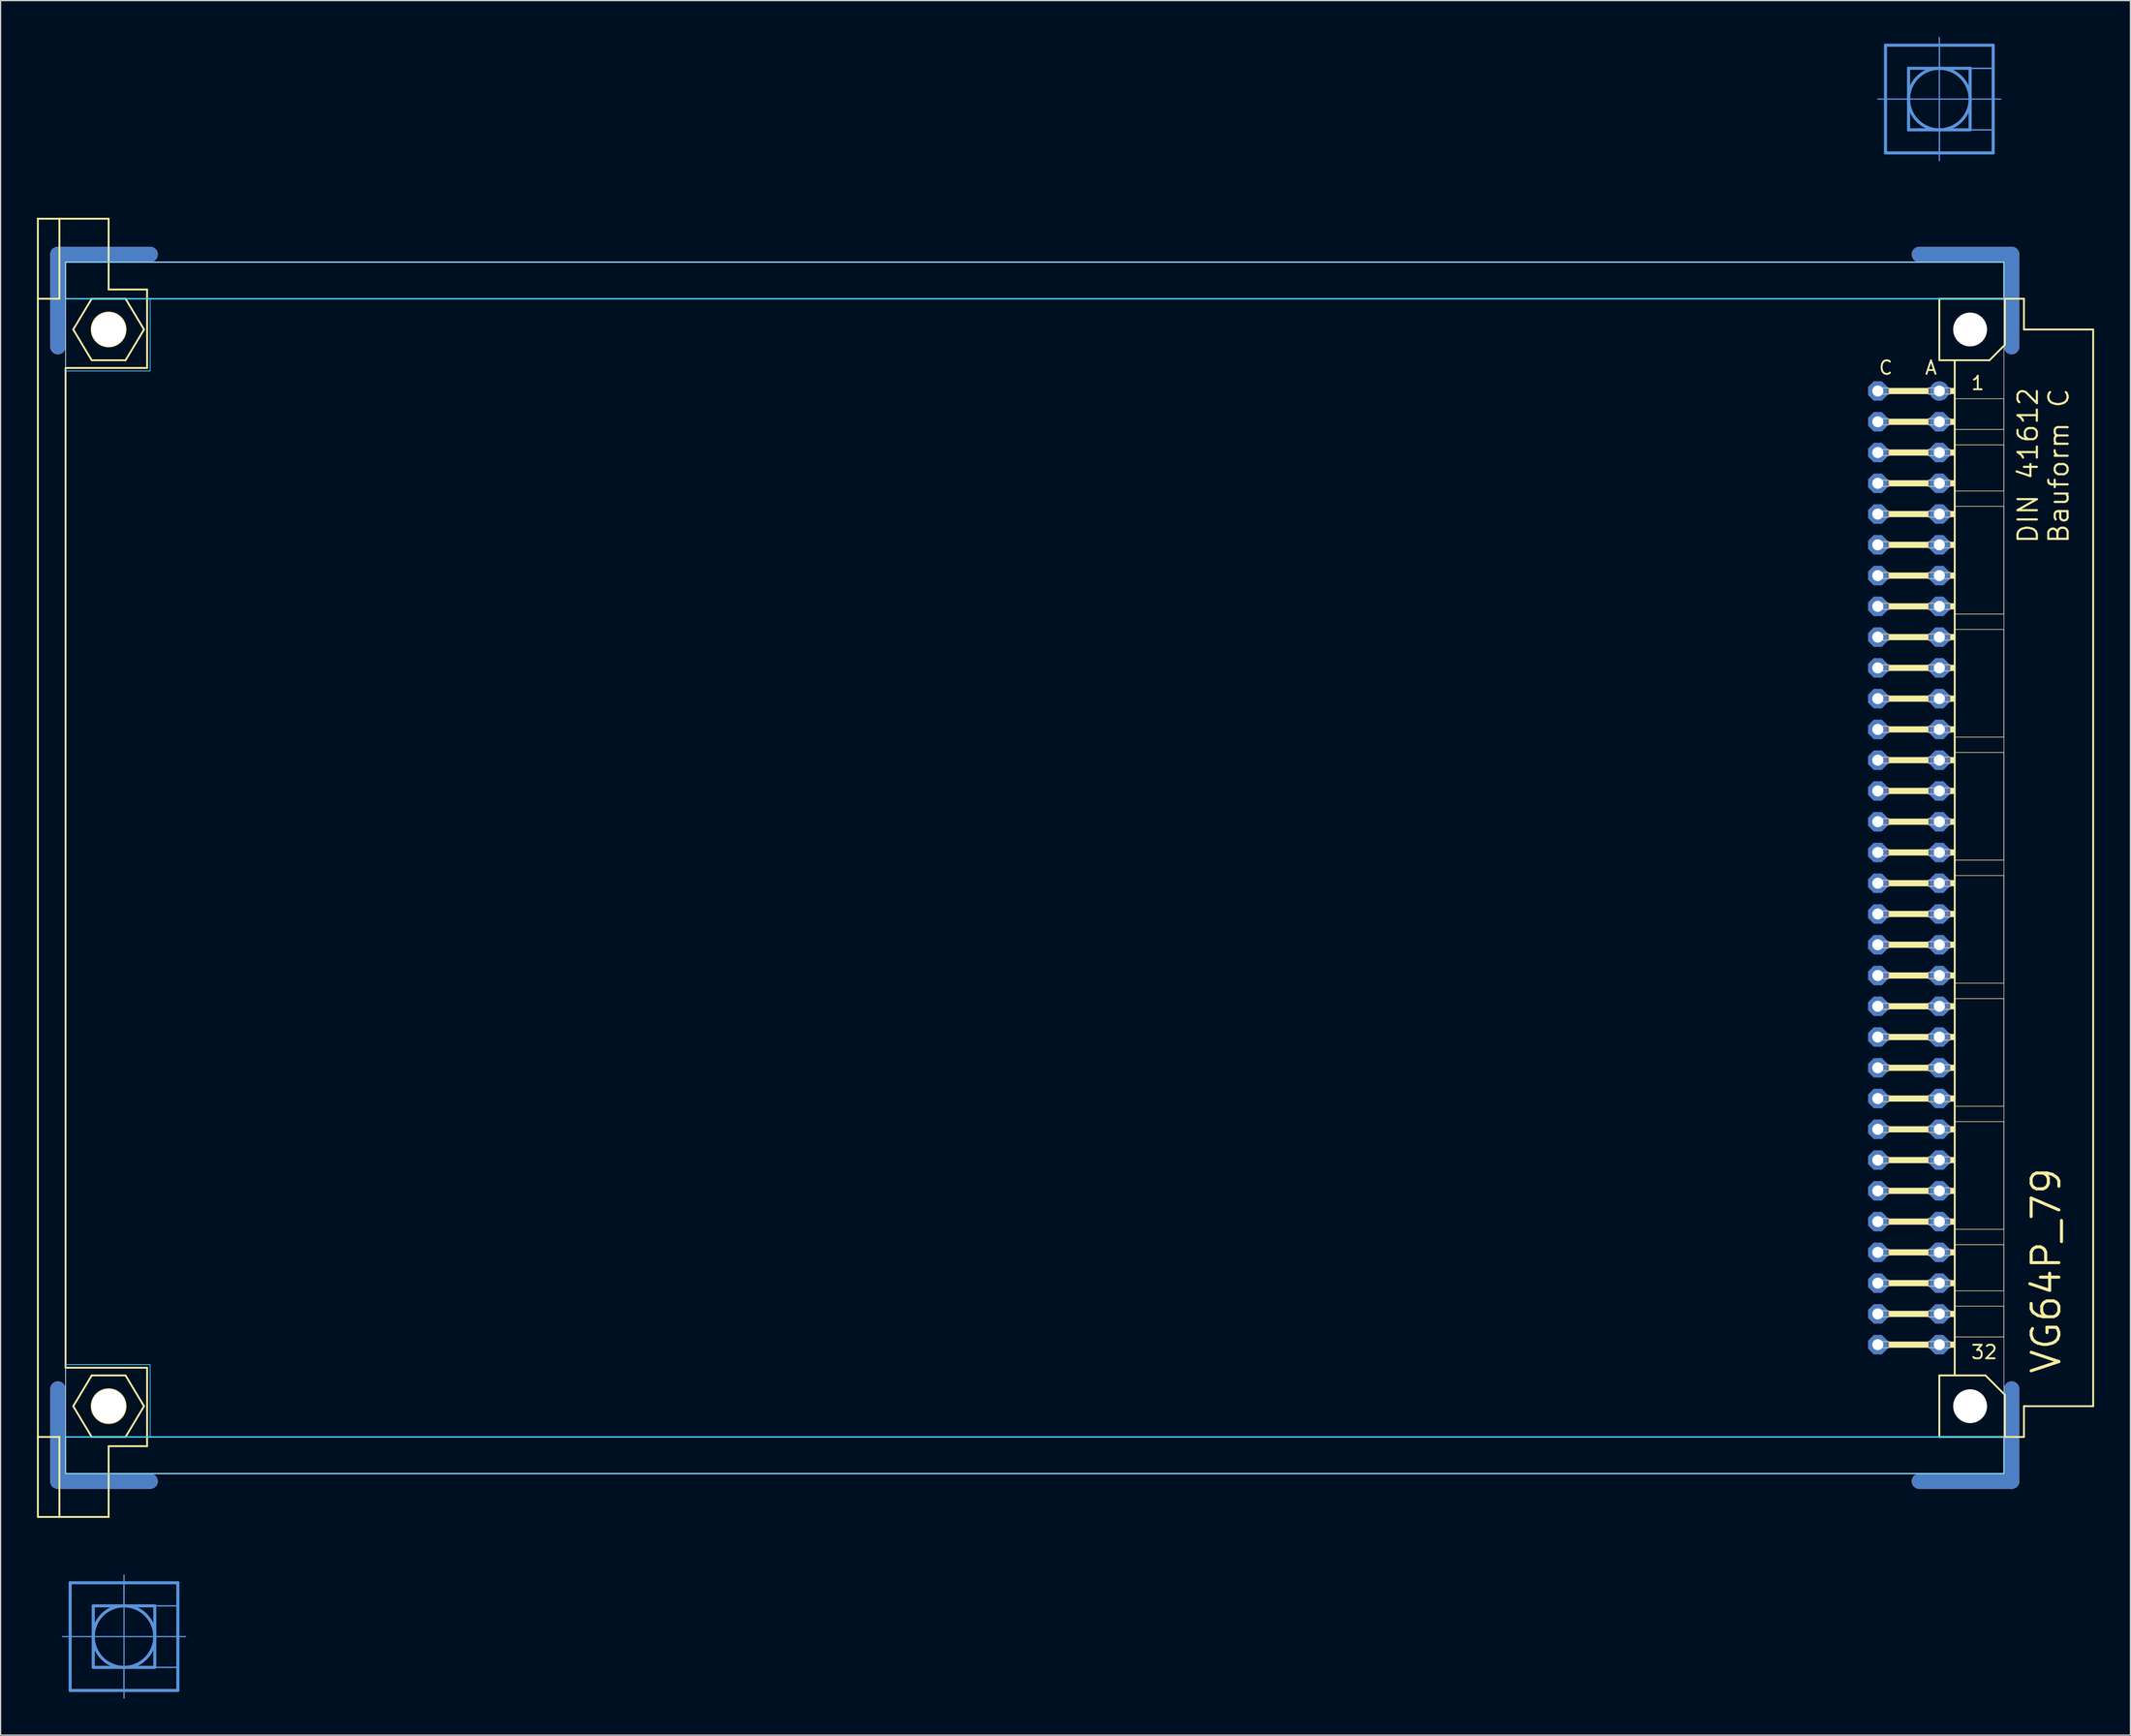
<source format=kicad_pcb>
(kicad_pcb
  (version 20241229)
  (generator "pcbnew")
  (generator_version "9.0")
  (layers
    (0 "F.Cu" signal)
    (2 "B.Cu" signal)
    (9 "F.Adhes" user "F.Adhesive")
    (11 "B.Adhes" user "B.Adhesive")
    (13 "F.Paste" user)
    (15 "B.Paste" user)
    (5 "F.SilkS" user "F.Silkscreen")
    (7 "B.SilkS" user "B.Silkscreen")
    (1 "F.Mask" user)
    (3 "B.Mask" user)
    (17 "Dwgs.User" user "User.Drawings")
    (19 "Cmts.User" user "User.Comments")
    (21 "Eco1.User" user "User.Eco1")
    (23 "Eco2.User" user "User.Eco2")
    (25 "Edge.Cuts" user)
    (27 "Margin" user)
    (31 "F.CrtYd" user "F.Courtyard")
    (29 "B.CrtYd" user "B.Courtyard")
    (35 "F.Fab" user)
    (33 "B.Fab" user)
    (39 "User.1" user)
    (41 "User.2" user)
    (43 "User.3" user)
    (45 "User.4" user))
  (footprint "VG64P_79"
    (layer "F.Cu")
    (at 2.108 68.605)
    (property "Reference" "VG64P_79" (at 165.1 41.91 90) (unlocked yes) (layer "F.SilkS") (effects (font (size 2.286 2.286) (thickness 0.254)) (justify left bottom)))
    (fp_line (start -0.381 -43.028) (end -0.381 -50.648) (stroke (width 1.27) (type solid)) (layer "F.Cu"))
    (fp_line (start -0.381 43.028) (end -0.381 50.648) (stroke (width 1.27) (type solid)) (layer "F.Cu"))
    (fp_line (start 7.239 -50.648) (end -0.381 -50.648) (stroke (width 1.27) (type solid)) (layer "F.Cu"))
    (fp_line (start 7.239 50.648) (end -0.381 50.648) (stroke (width 1.27) (type solid)) (layer "F.Cu"))
    (fp_line (start 153.289 -50.648) (end 160.909 -50.648) (stroke (width 1.27) (type solid)) (layer "F.Cu"))
    (fp_line (start 153.289 50.648) (end 160.909 50.648) (stroke (width 1.27) (type solid)) (layer "F.Cu"))
    (fp_line (start 160.909 -43.028) (end 160.909 -50.648) (stroke (width 1.27) (type solid)) (layer "F.Cu"))
    (fp_line (start 160.909 43.028) (end 160.909 50.648) (stroke (width 1.27) (type solid)) (layer "F.Cu"))
    (fp_line (start 0.254 -42.393) (end 0.254 -50.013) (stroke (width 0.152) (type solid)) (layer "F.Mask"))
    (fp_line (start 0.254 42.393) (end 0.254 50.013) (stroke (width 0.152) (type solid)) (layer "F.Mask"))
    (fp_line (start 7.874 -50.013) (end 0.254 -50.013) (stroke (width 0.152) (type solid)) (layer "F.Mask"))
    (fp_line (start 7.874 50.013) (end 0.254 50.013) (stroke (width 0.152) (type solid)) (layer "F.Mask"))
    (fp_line (start 152.654 -50.013) (end 160.274 -50.013) (stroke (width 0.152) (type solid)) (layer "F.Mask"))
    (fp_line (start 152.654 50.013) (end 160.274 50.013) (stroke (width 0.152) (type solid)) (layer "F.Mask"))
    (fp_line (start 160.274 -42.393) (end 160.274 -50.013) (stroke (width 0.152) (type solid)) (layer "F.Mask"))
    (fp_line (start 160.274 42.393) (end 160.274 50.013) (stroke (width 0.152) (type solid)) (layer "F.Mask"))
    (fp_line (start -0.381 -43.028) (end -0.381 -50.648) (stroke (width 1.27) (type solid)) (layer "B.Cu"))
    (fp_line (start -0.381 43.028) (end -0.381 50.648) (stroke (width 1.27) (type solid)) (layer "B.Cu"))
    (fp_line (start 7.239 -50.648) (end -0.381 -50.648) (stroke (width 1.27) (type solid)) (layer "B.Cu"))
    (fp_line (start 7.239 50.648) (end -0.381 50.648) (stroke (width 1.27) (type solid)) (layer "B.Cu"))
    (fp_line (start 153.289 -50.648) (end 160.909 -50.648) (stroke (width 1.27) (type solid)) (layer "B.Cu"))
    (fp_line (start 153.289 50.648) (end 160.909 50.648) (stroke (width 1.27) (type solid)) (layer "B.Cu"))
    (fp_line (start 160.909 -43.028) (end 160.909 -50.648) (stroke (width 1.27) (type solid)) (layer "B.Cu"))
    (fp_line (start 160.909 43.028) (end 160.909 50.648) (stroke (width 1.27) (type solid)) (layer "B.Cu"))
    (fp_line (start 0.254 -50.013) (end 7.874 -50.013) (stroke (width 0.152) (type solid)) (layer "B.Mask"))
    (fp_line (start 0.254 -42.393) (end 0.254 -50.013) (stroke (width 0.152) (type solid)) (layer "B.Mask"))
    (fp_line (start 0.254 50.013) (end 0.254 42.393) (stroke (width 0.152) (type solid)) (layer "B.Mask"))
    (fp_line (start 7.874 50.013) (end 0.254 50.013) (stroke (width 0.152) (type solid)) (layer "B.Mask"))
    (fp_line (start 152.654 -50.013) (end 160.274 -50.013) (stroke (width 0.152) (type solid)) (layer "B.Mask"))
    (fp_line (start 160.274 -50.013) (end 160.274 -42.393) (stroke (width 0.152) (type solid)) (layer "B.Mask"))
    (fp_line (start 160.274 42.393) (end 160.274 50.013) (stroke (width 0.152) (type solid)) (layer "B.Mask"))
    (fp_line (start 160.274 50.013) (end 152.654 50.013) (stroke (width 0.152) (type solid)) (layer "B.Mask"))
    (fp_line (start -2.032 -53.594) (end -0.254 -53.594) (stroke (width 0.152) (type solid)) (layer "F.SilkS"))
    (fp_line (start -2.032 -46.99) (end -2.032 -53.594) (stroke (width 0.152) (type solid)) (layer "F.SilkS"))
    (fp_line (start -2.032 -46.99) (end -0.254 -46.99) (stroke (width 0.152) (type solid)) (layer "F.SilkS"))
    (fp_line (start -2.032 46.99) (end -2.032 -46.99) (stroke (width 0.152) (type solid)) (layer "F.SilkS"))
    (fp_line (start -2.032 46.99) (end -0.254 46.99) (stroke (width 0.152) (type solid)) (layer "F.SilkS"))
    (fp_line (start -2.032 53.594) (end -2.032 46.99) (stroke (width 0.152) (type solid)) (layer "F.SilkS"))
    (fp_line (start -2.032 53.594) (end -0.254 53.594) (stroke (width 0.152) (type solid)) (layer "F.SilkS"))
    (fp_line (start -0.254 -53.594) (end -0.254 -46.99) (stroke (width 0.152) (type solid)) (layer "F.SilkS"))
    (fp_line (start -0.254 -53.594) (end 3.81 -53.594) (stroke (width 0.152) (type solid)) (layer "F.SilkS"))
    (fp_line (start -0.254 53.594) (end -0.254 46.99) (stroke (width 0.152) (type solid)) (layer "F.SilkS"))
    (fp_line (start -0.254 53.594) (end 3.81 53.594) (stroke (width 0.152) (type solid)) (layer "F.SilkS"))
    (fp_line (start 0.254 -41.275) (end 0.254 41.275) (stroke (width 0.152) (type solid)) (layer "F.SilkS"))
    (fp_line (start 0.254 -41.275) (end 6.985 -41.275) (stroke (width 0.152) (type solid)) (layer "F.SilkS"))
    (fp_line (start 0.254 41.275) (end 6.985 41.275) (stroke (width 0.152) (type solid)) (layer "F.SilkS"))
    (fp_line (start 0.889 -44.45) (end 2.413 -46.99) (stroke (width 0.152) (type solid)) (layer "F.SilkS"))
    (fp_line (start 0.889 44.45) (end 2.413 46.99) (stroke (width 0.152) (type solid)) (layer "F.SilkS"))
    (fp_line (start 2.413 -46.99) (end 5.207 -46.99) (stroke (width 0.152) (type solid)) (layer "F.SilkS"))
    (fp_line (start 2.413 -41.91) (end 0.889 -44.45) (stroke (width 0.152) (type solid)) (layer "F.SilkS"))
    (fp_line (start 2.413 41.91) (end 0.889 44.45) (stroke (width 0.152) (type solid)) (layer "F.SilkS"))
    (fp_line (start 2.413 46.99) (end 5.207 46.99) (stroke (width 0.152) (type solid)) (layer "F.SilkS"))
    (fp_line (start 3.81 -53.594) (end 3.81 -47.752) (stroke (width 0.152) (type solid)) (layer "F.SilkS"))
    (fp_line (start 3.81 -47.752) (end 6.985 -47.752) (stroke (width 0.152) (type solid)) (layer "F.SilkS"))
    (fp_line (start 3.81 47.752) (end 6.985 47.752) (stroke (width 0.152) (type solid)) (layer "F.SilkS"))
    (fp_line (start 3.81 53.594) (end 3.81 47.752) (stroke (width 0.152) (type solid)) (layer "F.SilkS"))
    (fp_line (start 5.207 -46.99) (end 6.731 -44.45) (stroke (width 0.152) (type solid)) (layer "F.SilkS"))
    (fp_line (start 5.207 -41.91) (end 2.413 -41.91) (stroke (width 0.152) (type solid)) (layer "F.SilkS"))
    (fp_line (start 5.207 41.91) (end 2.413 41.91) (stroke (width 0.152) (type solid)) (layer "F.SilkS"))
    (fp_line (start 5.207 46.99) (end 6.731 44.45) (stroke (width 0.152) (type solid)) (layer "F.SilkS"))
    (fp_line (start 6.731 -44.45) (end 5.207 -41.91) (stroke (width 0.152) (type solid)) (layer "F.SilkS"))
    (fp_line (start 6.731 44.45) (end 5.207 41.91) (stroke (width 0.152) (type solid)) (layer "F.SilkS"))
    (fp_line (start 6.985 -47.752) (end 6.985 -41.275) (stroke (width 0.152) (type solid)) (layer "F.SilkS"))
    (fp_line (start 6.985 47.752) (end 6.985 41.275) (stroke (width 0.152) (type solid)) (layer "F.SilkS"))
    (fp_line (start 154.94 -46.99) (end 154.94 -41.91) (stroke (width 0.152) (type solid)) (layer "F.SilkS"))
    (fp_line (start 154.94 -41.91) (end 156.21 -41.91) (stroke (width 0.152) (type solid)) (layer "F.SilkS"))
    (fp_line (start 154.94 41.91) (end 154.94 46.99) (stroke (width 0.152) (type solid)) (layer "F.SilkS"))
    (fp_line (start 154.94 41.91) (end 156.21 41.91) (stroke (width 0.152) (type solid)) (layer "F.SilkS"))
    (fp_line (start 154.94 46.99) (end 160.35 46.99) (stroke (width 0.152) (type solid)) (layer "F.SilkS"))
    (fp_line (start 156.21 -41.91) (end 156.21 -38.735) (stroke (width 0.152) (type solid)) (layer "F.SilkS"))
    (fp_line (start 156.21 -41.91) (end 159.08 -41.91) (stroke (width 0.152) (type solid)) (layer "F.SilkS"))
    (fp_line (start 156.21 -38.735) (end 156.21 -36.195) (stroke (width 0.152) (type solid)) (layer "F.SilkS"))
    (fp_line (start 156.21 -36.195) (end 156.21 -34.925) (stroke (width 0.152) (type solid)) (layer "F.SilkS"))
    (fp_line (start 156.21 -34.925) (end 156.21 -31.115) (stroke (width 0.152) (type solid)) (layer "F.SilkS"))
    (fp_line (start 156.21 -31.115) (end 156.21 -29.845) (stroke (width 0.152) (type solid)) (layer "F.SilkS"))
    (fp_line (start 156.21 -29.845) (end 156.21 -20.955) (stroke (width 0.152) (type solid)) (layer "F.SilkS"))
    (fp_line (start 156.21 -20.955) (end 156.21 -19.685) (stroke (width 0.152) (type solid)) (layer "F.SilkS"))
    (fp_line (start 156.21 -19.685) (end 156.21 -10.795) (stroke (width 0.152) (type solid)) (layer "F.SilkS"))
    (fp_line (start 156.21 -10.795) (end 156.21 -9.525) (stroke (width 0.152) (type solid)) (layer "F.SilkS"))
    (fp_line (start 156.21 -9.525) (end 156.21 -0.635) (stroke (width 0.152) (type solid)) (layer "F.SilkS"))
    (fp_line (start 156.21 -0.635) (end 156.21 0.635) (stroke (width 0.152) (type solid)) (layer "F.SilkS"))
    (fp_line (start 156.21 0.635) (end 156.21 9.525) (stroke (width 0.152) (type solid)) (layer "F.SilkS"))
    (fp_line (start 156.21 9.525) (end 156.21 10.795) (stroke (width 0.152) (type solid)) (layer "F.SilkS"))
    (fp_line (start 156.21 10.795) (end 156.21 19.685) (stroke (width 0.152) (type solid)) (layer "F.SilkS"))
    (fp_line (start 156.21 19.685) (end 156.21 20.955) (stroke (width 0.152) (type solid)) (layer "F.SilkS"))
    (fp_line (start 156.21 20.955) (end 156.21 29.845) (stroke (width 0.152) (type solid)) (layer "F.SilkS"))
    (fp_line (start 156.21 29.845) (end 156.21 31.115) (stroke (width 0.152) (type solid)) (layer "F.SilkS"))
    (fp_line (start 156.21 31.115) (end 156.21 34.925) (stroke (width 0.152) (type solid)) (layer "F.SilkS"))
    (fp_line (start 156.21 34.925) (end 156.21 36.195) (stroke (width 0.152) (type solid)) (layer "F.SilkS"))
    (fp_line (start 156.21 36.195) (end 156.21 38.735) (stroke (width 0.152) (type solid)) (layer "F.SilkS"))
    (fp_line (start 156.21 38.735) (end 156.21 41.91) (stroke (width 0.152) (type solid)) (layer "F.SilkS"))
    (fp_line (start 156.21 41.91) (end 158.75 41.91) (stroke (width 0.152) (type solid)) (layer "F.SilkS"))
    (fp_line (start 159.08 -41.91) (end 160.35 -43.18) (stroke (width 0.152) (type solid)) (layer "F.SilkS"))
    (fp_line (start 160.274 -38.735) (end 156.21 -38.735) (stroke (width 0.051) (type solid)) (layer "F.SilkS"))
    (fp_line (start 160.274 -38.735) (end 160.274 -36.195) (stroke (width 0.051) (type solid)) (layer "F.SilkS"))
    (fp_line (start 160.274 -36.195) (end 156.21 -36.195) (stroke (width 0.051) (type solid)) (layer "F.SilkS"))
    (fp_line (start 160.274 -34.925) (end 156.21 -34.925) (stroke (width 0.051) (type solid)) (layer "F.SilkS"))
    (fp_line (start 160.274 -34.925) (end 160.274 -31.115) (stroke (width 0.051) (type solid)) (layer "F.SilkS"))
    (fp_line (start 160.274 -31.115) (end 156.21 -31.115) (stroke (width 0.051) (type solid)) (layer "F.SilkS"))
    (fp_line (start 160.274 -29.845) (end 156.21 -29.845) (stroke (width 0.051) (type solid)) (layer "F.SilkS"))
    (fp_line (start 160.274 -29.845) (end 160.274 -20.955) (stroke (width 0.051) (type solid)) (layer "F.SilkS"))
    (fp_line (start 160.274 -20.955) (end 156.21 -20.955) (stroke (width 0.051) (type solid)) (layer "F.SilkS"))
    (fp_line (start 160.274 -19.685) (end 156.21 -19.685) (stroke (width 0.051) (type solid)) (layer "F.SilkS"))
    (fp_line (start 160.274 -19.685) (end 160.274 -10.795) (stroke (width 0.051) (type solid)) (layer "F.SilkS"))
    (fp_line (start 160.274 -10.795) (end 156.21 -10.795) (stroke (width 0.051) (type solid)) (layer "F.SilkS"))
    (fp_line (start 160.274 -9.525) (end 156.21 -9.525) (stroke (width 0.051) (type solid)) (layer "F.SilkS"))
    (fp_line (start 160.274 -9.525) (end 160.274 -0.635) (stroke (width 0.051) (type solid)) (layer "F.SilkS"))
    (fp_line (start 160.274 -0.635) (end 156.21 -0.635) (stroke (width 0.051) (type solid)) (layer "F.SilkS"))
    (fp_line (start 160.274 0.635) (end 156.21 0.635) (stroke (width 0.051) (type solid)) (layer "F.SilkS"))
    (fp_line (start 160.274 0.635) (end 160.274 9.525) (stroke (width 0.051) (type solid)) (layer "F.SilkS"))
    (fp_line (start 160.274 9.525) (end 156.21 9.525) (stroke (width 0.051) (type solid)) (layer "F.SilkS"))
    (fp_line (start 160.274 10.795) (end 156.21 10.795) (stroke (width 0.051) (type solid)) (layer "F.SilkS"))
    (fp_line (start 160.274 10.795) (end 160.274 19.685) (stroke (width 0.051) (type solid)) (layer "F.SilkS"))
    (fp_line (start 160.274 19.685) (end 156.21 19.685) (stroke (width 0.051) (type solid)) (layer "F.SilkS"))
    (fp_line (start 160.274 20.955) (end 156.21 20.955) (stroke (width 0.051) (type solid)) (layer "F.SilkS"))
    (fp_line (start 160.274 20.955) (end 160.274 29.845) (stroke (width 0.051) (type solid)) (layer "F.SilkS"))
    (fp_line (start 160.274 29.845) (end 156.21 29.845) (stroke (width 0.051) (type solid)) (layer "F.SilkS"))
    (fp_line (start 160.274 31.115) (end 156.21 31.115) (stroke (width 0.051) (type solid)) (layer "F.SilkS"))
    (fp_line (start 160.274 31.115) (end 160.274 34.925) (stroke (width 0.051) (type solid)) (layer "F.SilkS"))
    (fp_line (start 160.274 34.925) (end 156.21 34.925) (stroke (width 0.051) (type solid)) (layer "F.SilkS"))
    (fp_line (start 160.274 36.195) (end 156.21 36.195) (stroke (width 0.051) (type solid)) (layer "F.SilkS"))
    (fp_line (start 160.274 36.195) (end 160.274 38.735) (stroke (width 0.051) (type solid)) (layer "F.SilkS"))
    (fp_line (start 160.274 38.735) (end 156.21 38.735) (stroke (width 0.051) (type solid)) (layer "F.SilkS"))
    (fp_line (start 160.35 -46.99) (end 154.94 -46.99) (stroke (width 0.152) (type solid)) (layer "F.SilkS"))
    (fp_line (start 160.35 -43.18) (end 160.35 -46.99) (stroke (width 0.152) (type solid)) (layer "F.SilkS"))
    (fp_line (start 160.35 43.51) (end 158.75 41.91) (stroke (width 0.152) (type solid)) (layer "F.SilkS"))
    (fp_line (start 160.35 43.51) (end 160.35 46.99) (stroke (width 0.152) (type solid)) (layer "F.SilkS"))
    (fp_line (start 160.35 46.99) (end 161.925 46.99) (stroke (width 0.152) (type solid)) (layer "F.SilkS"))
    (fp_line (start 161.925 -46.99) (end 160.35 -46.99) (stroke (width 0.152) (type solid)) (layer "F.SilkS"))
    (fp_line (start 161.925 -44.45) (end 161.925 -46.99) (stroke (width 0.152) (type solid)) (layer "F.SilkS"))
    (fp_line (start 161.925 44.45) (end 167.64 44.45) (stroke (width 0.152) (type solid)) (layer "F.SilkS"))
    (fp_line (start 161.925 46.99) (end 161.925 44.45) (stroke (width 0.152) (type solid)) (layer "F.SilkS"))
    (fp_line (start 167.64 -44.45) (end 161.925 -44.45) (stroke (width 0.152) (type solid)) (layer "F.SilkS"))
    (fp_line (start 167.64 44.45) (end 167.64 -44.45) (stroke (width 0.152) (type solid)) (layer "F.SilkS"))
    (fp_circle (center 3.81 -44.45) (end 5.207 -44.45) (stroke (width 0.152) (type solid)) (fill no) (layer "F.SilkS"))
    (fp_circle (center 3.81 44.45) (end 5.207 44.45) (stroke (width 0.152) (type solid)) (fill no) (layer "F.SilkS"))
    (fp_circle (center 157.48 -44.45) (end 158.75 -44.45) (stroke (width 0.152) (type solid)) (fill no) (layer "F.SilkS"))
    (fp_circle (center 157.48 44.45) (end 158.75 44.45) (stroke (width 0.152) (type solid)) (fill no) (layer "F.SilkS"))
    (fp_poly (pts (xy 150.749 -39.116) (xy 154.051 -39.116) (xy 154.051 -39.624) (xy 150.749 -39.624)) (stroke (width 0) (type default)) (fill yes) (layer "F.SilkS"))
    (fp_poly (pts (xy 150.749 -36.576) (xy 154.051 -36.576) (xy 154.051 -37.084) (xy 150.749 -37.084)) (stroke (width 0) (type default)) (fill yes) (layer "F.SilkS"))
    (fp_poly (pts (xy 150.749 -34.036) (xy 154.051 -34.036) (xy 154.051 -34.544) (xy 150.749 -34.544)) (stroke (width 0) (type default)) (fill yes) (layer "F.SilkS"))
    (fp_poly (pts (xy 150.749 -31.496) (xy 154.051 -31.496) (xy 154.051 -32.004) (xy 150.749 -32.004)) (stroke (width 0) (type default)) (fill yes) (layer "F.SilkS"))
    (fp_poly (pts (xy 150.749 -28.956) (xy 154.051 -28.956) (xy 154.051 -29.464) (xy 150.749 -29.464)) (stroke (width 0) (type default)) (fill yes) (layer "F.SilkS"))
    (fp_poly (pts (xy 150.749 -26.416) (xy 154.051 -26.416) (xy 154.051 -26.924) (xy 150.749 -26.924)) (stroke (width 0) (type default)) (fill yes) (layer "F.SilkS"))
    (fp_poly (pts (xy 150.749 -23.876) (xy 154.051 -23.876) (xy 154.051 -24.384) (xy 150.749 -24.384)) (stroke (width 0) (type default)) (fill yes) (layer "F.SilkS"))
    (fp_poly (pts (xy 150.749 -21.336) (xy 154.051 -21.336) (xy 154.051 -21.844) (xy 150.749 -21.844)) (stroke (width 0) (type default)) (fill yes) (layer "F.SilkS"))
    (fp_poly (pts (xy 150.749 -18.796) (xy 154.051 -18.796) (xy 154.051 -19.304) (xy 150.749 -19.304)) (stroke (width 0) (type default)) (fill yes) (layer "F.SilkS"))
    (fp_poly (pts (xy 150.749 -16.256) (xy 154.051 -16.256) (xy 154.051 -16.764) (xy 150.749 -16.764)) (stroke (width 0) (type default)) (fill yes) (layer "F.SilkS"))
    (fp_poly (pts (xy 150.749 -13.716) (xy 154.051 -13.716) (xy 154.051 -14.224) (xy 150.749 -14.224)) (stroke (width 0) (type default)) (fill yes) (layer "F.SilkS"))
    (fp_poly (pts (xy 150.749 -11.176) (xy 154.051 -11.176) (xy 154.051 -11.684) (xy 150.749 -11.684)) (stroke (width 0) (type default)) (fill yes) (layer "F.SilkS"))
    (fp_poly (pts (xy 150.749 -8.636) (xy 154.051 -8.636) (xy 154.051 -9.144) (xy 150.749 -9.144)) (stroke (width 0) (type default)) (fill yes) (layer "F.SilkS"))
    (fp_poly (pts (xy 150.749 -6.096) (xy 154.051 -6.096) (xy 154.051 -6.604) (xy 150.749 -6.604)) (stroke (width 0) (type default)) (fill yes) (layer "F.SilkS"))
    (fp_poly (pts (xy 150.749 -3.556) (xy 154.051 -3.556) (xy 154.051 -4.064) (xy 150.749 -4.064)) (stroke (width 0) (type default)) (fill yes) (layer "F.SilkS"))
    (fp_poly (pts (xy 150.749 -1.016) (xy 154.051 -1.016) (xy 154.051 -1.524) (xy 150.749 -1.524)) (stroke (width 0) (type default)) (fill yes) (layer "F.SilkS"))
    (fp_poly (pts (xy 150.749 1.524) (xy 154.051 1.524) (xy 154.051 1.016) (xy 150.749 1.016)) (stroke (width 0) (type default)) (fill yes) (layer "F.SilkS"))
    (fp_poly (pts (xy 150.749 4.064) (xy 154.051 4.064) (xy 154.051 3.556) (xy 150.749 3.556)) (stroke (width 0) (type default)) (fill yes) (layer "F.SilkS"))
    (fp_poly (pts (xy 150.749 6.604) (xy 154.051 6.604) (xy 154.051 6.096) (xy 150.749 6.096)) (stroke (width 0) (type default)) (fill yes) (layer "F.SilkS"))
    (fp_poly (pts (xy 150.749 9.144) (xy 154.051 9.144) (xy 154.051 8.636) (xy 150.749 8.636)) (stroke (width 0) (type default)) (fill yes) (layer "F.SilkS"))
    (fp_poly (pts (xy 150.749 11.684) (xy 154.051 11.684) (xy 154.051 11.176) (xy 150.749 11.176)) (stroke (width 0) (type default)) (fill yes) (layer "F.SilkS"))
    (fp_poly (pts (xy 150.749 14.224) (xy 154.051 14.224) (xy 154.051 13.716) (xy 150.749 13.716)) (stroke (width 0) (type default)) (fill yes) (layer "F.SilkS"))
    (fp_poly (pts (xy 150.749 16.764) (xy 154.051 16.764) (xy 154.051 16.256) (xy 150.749 16.256)) (stroke (width 0) (type default)) (fill yes) (layer "F.SilkS"))
    (fp_poly (pts (xy 150.749 19.304) (xy 154.051 19.304) (xy 154.051 18.796) (xy 150.749 18.796)) (stroke (width 0) (type default)) (fill yes) (layer "F.SilkS"))
    (fp_poly (pts (xy 150.749 21.844) (xy 154.051 21.844) (xy 154.051 21.336) (xy 150.749 21.336)) (stroke (width 0) (type default)) (fill yes) (layer "F.SilkS"))
    (fp_poly (pts (xy 150.749 24.384) (xy 154.051 24.384) (xy 154.051 23.876) (xy 150.749 23.876)) (stroke (width 0) (type default)) (fill yes) (layer "F.SilkS"))
    (fp_poly (pts (xy 150.749 26.924) (xy 154.051 26.924) (xy 154.051 26.416) (xy 150.749 26.416)) (stroke (width 0) (type default)) (fill yes) (layer "F.SilkS"))
    (fp_poly (pts (xy 150.749 29.464) (xy 154.051 29.464) (xy 154.051 28.956) (xy 150.749 28.956)) (stroke (width 0) (type default)) (fill yes) (layer "F.SilkS"))
    (fp_poly (pts (xy 150.749 32.004) (xy 154.051 32.004) (xy 154.051 31.496) (xy 150.749 31.496)) (stroke (width 0) (type default)) (fill yes) (layer "F.SilkS"))
    (fp_poly (pts (xy 150.749 34.544) (xy 154.051 34.544) (xy 154.051 34.036) (xy 150.749 34.036)) (stroke (width 0) (type default)) (fill yes) (layer "F.SilkS"))
    (fp_poly (pts (xy 150.749 37.084) (xy 154.051 37.084) (xy 154.051 36.576) (xy 150.749 36.576)) (stroke (width 0) (type default)) (fill yes) (layer "F.SilkS"))
    (fp_poly (pts (xy 150.749 39.624) (xy 154.051 39.624) (xy 154.051 39.116) (xy 150.749 39.116)) (stroke (width 0) (type default)) (fill yes) (layer "F.SilkS"))
    (fp_poly (pts (xy 155.829 -39.116) (xy 156.21 -39.116) (xy 156.21 -39.624) (xy 155.829 -39.624)) (stroke (width 0) (type default)) (fill yes) (layer "F.SilkS"))
    (fp_poly (pts (xy 155.829 -36.576) (xy 156.21 -36.576) (xy 156.21 -37.084) (xy 155.829 -37.084)) (stroke (width 0) (type default)) (fill yes) (layer "F.SilkS"))
    (fp_poly (pts (xy 155.829 -34.036) (xy 156.21 -34.036) (xy 156.21 -34.544) (xy 155.829 -34.544)) (stroke (width 0) (type default)) (fill yes) (layer "F.SilkS"))
    (fp_poly (pts (xy 155.829 -31.496) (xy 156.21 -31.496) (xy 156.21 -32.004) (xy 155.829 -32.004)) (stroke (width 0) (type default)) (fill yes) (layer "F.SilkS"))
    (fp_poly (pts (xy 155.829 -28.956) (xy 156.21 -28.956) (xy 156.21 -29.464) (xy 155.829 -29.464)) (stroke (width 0) (type default)) (fill yes) (layer "F.SilkS"))
    (fp_poly (pts (xy 155.829 -26.416) (xy 156.21 -26.416) (xy 156.21 -26.924) (xy 155.829 -26.924)) (stroke (width 0) (type default)) (fill yes) (layer "F.SilkS"))
    (fp_poly (pts (xy 155.829 -23.876) (xy 156.21 -23.876) (xy 156.21 -24.384) (xy 155.829 -24.384)) (stroke (width 0) (type default)) (fill yes) (layer "F.SilkS"))
    (fp_poly (pts (xy 155.829 -21.336) (xy 156.21 -21.336) (xy 156.21 -21.844) (xy 155.829 -21.844)) (stroke (width 0) (type default)) (fill yes) (layer "F.SilkS"))
    (fp_poly (pts (xy 155.829 -18.796) (xy 156.21 -18.796) (xy 156.21 -19.304) (xy 155.829 -19.304)) (stroke (width 0) (type default)) (fill yes) (layer "F.SilkS"))
    (fp_poly (pts (xy 155.829 -16.256) (xy 156.21 -16.256) (xy 156.21 -16.764) (xy 155.829 -16.764)) (stroke (width 0) (type default)) (fill yes) (layer "F.SilkS"))
    (fp_poly (pts (xy 155.829 -13.716) (xy 156.21 -13.716) (xy 156.21 -14.224) (xy 155.829 -14.224)) (stroke (width 0) (type default)) (fill yes) (layer "F.SilkS"))
    (fp_poly (pts (xy 155.829 -11.176) (xy 156.21 -11.176) (xy 156.21 -11.684) (xy 155.829 -11.684)) (stroke (width 0) (type default)) (fill yes) (layer "F.SilkS"))
    (fp_poly (pts (xy 155.829 -8.636) (xy 156.21 -8.636) (xy 156.21 -9.144) (xy 155.829 -9.144)) (stroke (width 0) (type default)) (fill yes) (layer "F.SilkS"))
    (fp_poly (pts (xy 155.829 -6.096) (xy 156.21 -6.096) (xy 156.21 -6.604) (xy 155.829 -6.604)) (stroke (width 0) (type default)) (fill yes) (layer "F.SilkS"))
    (fp_poly (pts (xy 155.829 -3.556) (xy 156.21 -3.556) (xy 156.21 -4.064) (xy 155.829 -4.064)) (stroke (width 0) (type default)) (fill yes) (layer "F.SilkS"))
    (fp_poly (pts (xy 155.829 -1.016) (xy 156.21 -1.016) (xy 156.21 -1.524) (xy 155.829 -1.524)) (stroke (width 0) (type default)) (fill yes) (layer "F.SilkS"))
    (fp_poly (pts (xy 155.829 1.524) (xy 156.21 1.524) (xy 156.21 1.016) (xy 155.829 1.016)) (stroke (width 0) (type default)) (fill yes) (layer "F.SilkS"))
    (fp_poly (pts (xy 155.829 4.064) (xy 156.21 4.064) (xy 156.21 3.556) (xy 155.829 3.556)) (stroke (width 0) (type default)) (fill yes) (layer "F.SilkS"))
    (fp_poly (pts (xy 155.829 6.604) (xy 156.21 6.604) (xy 156.21 6.096) (xy 155.829 6.096)) (stroke (width 0) (type default)) (fill yes) (layer "F.SilkS"))
    (fp_poly (pts (xy 155.829 9.144) (xy 156.21 9.144) (xy 156.21 8.636) (xy 155.829 8.636)) (stroke (width 0) (type default)) (fill yes) (layer "F.SilkS"))
    (fp_poly (pts (xy 155.829 11.684) (xy 156.21 11.684) (xy 156.21 11.176) (xy 155.829 11.176)) (stroke (width 0) (type default)) (fill yes) (layer "F.SilkS"))
    (fp_poly (pts (xy 155.829 14.224) (xy 156.21 14.224) (xy 156.21 13.716) (xy 155.829 13.716)) (stroke (width 0) (type default)) (fill yes) (layer "F.SilkS"))
    (fp_poly (pts (xy 155.829 16.764) (xy 156.21 16.764) (xy 156.21 16.256) (xy 155.829 16.256)) (stroke (width 0) (type default)) (fill yes) (layer "F.SilkS"))
    (fp_poly (pts (xy 155.829 19.304) (xy 156.21 19.304) (xy 156.21 18.796) (xy 155.829 18.796)) (stroke (width 0) (type default)) (fill yes) (layer "F.SilkS"))
    (fp_poly (pts (xy 155.829 21.844) (xy 156.21 21.844) (xy 156.21 21.336) (xy 155.829 21.336)) (stroke (width 0) (type default)) (fill yes) (layer "F.SilkS"))
    (fp_poly (pts (xy 155.829 24.384) (xy 156.21 24.384) (xy 156.21 23.876) (xy 155.829 23.876)) (stroke (width 0) (type default)) (fill yes) (layer "F.SilkS"))
    (fp_poly (pts (xy 155.829 26.924) (xy 156.21 26.924) (xy 156.21 26.416) (xy 155.829 26.416)) (stroke (width 0) (type default)) (fill yes) (layer "F.SilkS"))
    (fp_poly (pts (xy 155.829 29.464) (xy 156.21 29.464) (xy 156.21 28.956) (xy 155.829 28.956)) (stroke (width 0) (type default)) (fill yes) (layer "F.SilkS"))
    (fp_poly (pts (xy 155.829 32.004) (xy 156.21 32.004) (xy 156.21 31.496) (xy 155.829 31.496)) (stroke (width 0) (type default)) (fill yes) (layer "F.SilkS"))
    (fp_poly (pts (xy 155.829 34.544) (xy 156.21 34.544) (xy 156.21 34.036) (xy 155.829 34.036)) (stroke (width 0) (type default)) (fill yes) (layer "F.SilkS"))
    (fp_poly (pts (xy 155.829 37.084) (xy 156.21 37.084) (xy 156.21 36.576) (xy 155.829 36.576)) (stroke (width 0) (type default)) (fill yes) (layer "F.SilkS"))
    (fp_poly (pts (xy 155.829 39.624) (xy 156.21 39.624) (xy 156.21 39.116) (xy 155.829 39.116)) (stroke (width 0) (type default)) (fill yes) (layer "F.SilkS"))
    (fp_line (start 0 63.475) (end 0.635 63.475) (stroke (width 0.102) (type solid)) (layer "Cmts.User"))
    (fp_line (start 0.635 59.03) (end 9.525 59.03) (stroke (width 0.254) (type solid)) (layer "Cmts.User"))
    (fp_line (start 0.635 63.475) (end 0.635 59.03) (stroke (width 0.254) (type solid)) (layer "Cmts.User"))
    (fp_line (start 0.635 63.475) (end 10.16 63.475) (stroke (width 0.102) (type solid)) (layer "Cmts.User"))
    (fp_line (start 0.635 67.92) (end 0.635 63.475) (stroke (width 0.254) (type solid)) (layer "Cmts.User"))
    (fp_line (start 2.54 60.935) (end 2.54 66.015) (stroke (width 0.254) (type solid)) (layer "Cmts.User"))
    (fp_line (start 2.54 66.015) (end 7.62 66.015) (stroke (width 0.254) (type solid)) (layer "Cmts.User"))
    (fp_line (start 5.08 68.555) (end 5.08 58.395) (stroke (width 0.102) (type solid)) (layer "Cmts.User"))
    (fp_line (start 7.62 60.935) (end 2.54 60.935) (stroke (width 0.254) (type solid)) (layer "Cmts.User"))
    (fp_line (start 7.62 66.015) (end 7.62 60.935) (stroke (width 0.254) (type solid)) (layer "Cmts.User"))
    (fp_line (start 9.525 59.03) (end 9.525 67.92) (stroke (width 0.254) (type solid)) (layer "Cmts.User"))
    (fp_line (start 9.525 67.92) (end 0.635 67.92) (stroke (width 0.254) (type solid)) (layer "Cmts.User"))
    (fp_line (start 149.86 -63.475) (end 150.495 -63.475) (stroke (width 0.102) (type solid)) (layer "Cmts.User"))
    (fp_line (start 150.495 -67.92) (end 159.385 -67.92) (stroke (width 0.254) (type solid)) (layer "Cmts.User"))
    (fp_line (start 150.495 -63.475) (end 150.495 -67.92) (stroke (width 0.254) (type solid)) (layer "Cmts.User"))
    (fp_line (start 150.495 -63.475) (end 160.02 -63.475) (stroke (width 0.102) (type solid)) (layer "Cmts.User"))
    (fp_line (start 150.495 -59.03) (end 150.495 -63.475) (stroke (width 0.254) (type solid)) (layer "Cmts.User"))
    (fp_line (start 152.4 -66.015) (end 152.4 -60.935) (stroke (width 0.254) (type solid)) (layer "Cmts.User"))
    (fp_line (start 152.4 -60.935) (end 157.48 -60.935) (stroke (width 0.254) (type solid)) (layer "Cmts.User"))
    (fp_line (start 154.94 -58.395) (end 154.94 -68.555) (stroke (width 0.102) (type solid)) (layer "Cmts.User"))
    (fp_line (start 157.48 -66.015) (end 152.4 -66.015) (stroke (width 0.254) (type solid)) (layer "Cmts.User"))
    (fp_line (start 157.48 -60.935) (end 157.48 -66.015) (stroke (width 0.254) (type solid)) (layer "Cmts.User"))
    (fp_line (start 159.385 -67.92) (end 159.385 -59.03) (stroke (width 0.254) (type solid)) (layer "Cmts.User"))
    (fp_line (start 159.385 -59.03) (end 150.495 -59.03) (stroke (width 0.254) (type solid)) (layer "Cmts.User"))
    (fp_circle (center 5.08 63.475) (end 7.62 63.475) (stroke (width 0.254) (type solid)) (fill no) (layer "Cmts.User"))
    (fp_circle (center 154.94 -63.475) (end 157.48 -63.475) (stroke (width 0.254) (type solid)) (fill no) (layer "Cmts.User"))
    (fp_poly (pts (xy 5.08 60.935) (xy 9.525 60.935) (xy 9.525 59.03) (xy 5.08 59.03)) (stroke (width 0.1) (type default)) (fill no) (layer "Cmts.User"))
    (fp_poly (pts (xy 5.08 67.92) (xy 9.525 67.92) (xy 9.525 66.015) (xy 5.08 66.015)) (stroke (width 0.1) (type default)) (fill no) (layer "Cmts.User"))
    (fp_poly (pts (xy 7.62 66.015) (xy 9.525 66.015) (xy 9.525 60.935) (xy 7.62 60.935)) (stroke (width 0.1) (type default)) (fill no) (layer "Cmts.User"))
    (fp_poly (pts (xy 154.94 -66.015) (xy 159.385 -66.015) (xy 159.385 -67.92) (xy 154.94 -67.92)) (stroke (width 0.1) (type default)) (fill no) (layer "Cmts.User"))
    (fp_poly (pts (xy 154.94 -59.03) (xy 159.385 -59.03) (xy 159.385 -60.935) (xy 154.94 -60.935)) (stroke (width 0.1) (type default)) (fill no) (layer "Cmts.User"))
    (fp_poly (pts (xy 157.48 -60.935) (xy 159.385 -60.935) (xy 159.385 -66.015) (xy 157.48 -66.015)) (stroke (width 0.1) (type default)) (fill no) (layer "Cmts.User"))
    (fp_line (start 0.254 -50.013) (end 0.254 50.013) (stroke (width 0.05) (type solid)) (layer "Edge.Cuts"))
    (fp_line (start 0.254 50.013) (end 160.274 50.013) (stroke (width 0.05) (type solid)) (layer "Edge.Cuts"))
    (fp_line (start 160.274 -50.013) (end 0.254 -50.013) (stroke (width 0.05) (type solid)) (layer "Edge.Cuts"))
    (fp_line (start 160.274 50.013) (end 160.274 -50.013) (stroke (width 0.05) (type solid)) (layer "Edge.Cuts"))
    (fp_line (start 0.254 -41.021) (end 0.254 -50.013) (stroke (width 0.051) (type solid)) (layer "B.CrtYd"))
    (fp_line (start 0.254 -41.021) (end 7.239 -41.021) (stroke (width 0.051) (type solid)) (layer "B.CrtYd"))
    (fp_line (start 0.254 41.021) (end 0.254 50.013) (stroke (width 0.051) (type solid)) (layer "B.CrtYd"))
    (fp_line (start 0.254 41.021) (end 7.239 41.021) (stroke (width 0.051) (type solid)) (layer "B.CrtYd"))
    (fp_line (start 7.239 -46.99) (end 7.239 -41.021) (stroke (width 0.051) (type solid)) (layer "B.CrtYd"))
    (fp_line (start 7.239 46.99) (end 7.239 41.021) (stroke (width 0.051) (type solid)) (layer "B.CrtYd"))
    (fp_line (start 160.274 -50.013) (end 160.274 -46.99) (stroke (width 0.051) (type solid)) (layer "B.CrtYd"))
    (fp_line (start 160.274 50.013) (end 160.274 46.99) (stroke (width 0.051) (type solid)) (layer "B.CrtYd"))
    (fp_poly (pts (xy 0.254 -46.99) (xy 160.274 -46.99) (xy 160.274 -50.013) (xy 0.254 -50.013)) (stroke (width 0.1) (type default)) (fill no) (layer "B.CrtYd"))
    (fp_poly (pts (xy 0.254 50.013) (xy 160.274 50.013) (xy 160.274 46.99) (xy 0.254 46.99)) (stroke (width 0.1) (type default)) (fill no) (layer "B.CrtYd"))
    (fp_line (start 0.254 -41.021) (end 0.254 -50.013) (stroke (width 0.051) (type solid)) (layer "F.CrtYd"))
    (fp_line (start 0.254 -41.021) (end 7.239 -41.021) (stroke (width 0.051) (type solid)) (layer "F.CrtYd"))
    (fp_line (start 0.254 41.021) (end 0.254 50.013) (stroke (width 0.051) (type solid)) (layer "F.CrtYd"))
    (fp_line (start 0.254 41.021) (end 7.239 41.021) (stroke (width 0.051) (type solid)) (layer "F.CrtYd"))
    (fp_line (start 7.239 -46.99) (end 7.239 -41.021) (stroke (width 0.051) (type solid)) (layer "F.CrtYd"))
    (fp_line (start 7.239 46.99) (end 7.239 41.021) (stroke (width 0.051) (type solid)) (layer "F.CrtYd"))
    (fp_line (start 160.274 -50.013) (end 160.274 -46.99) (stroke (width 0.051) (type solid)) (layer "F.CrtYd"))
    (fp_line (start 160.274 50.013) (end 160.274 46.99) (stroke (width 0.051) (type solid)) (layer "F.CrtYd"))
    (fp_poly (pts (xy 0.254 -46.99) (xy 160.274 -46.99) (xy 160.274 -50.013) (xy 0.254 -50.013)) (stroke (width 0.1) (type default)) (fill no) (layer "F.CrtYd"))
    (fp_poly (pts (xy 0.254 50.013) (xy 160.274 50.013) (xy 160.274 46.99) (xy 0.254 46.99)) (stroke (width 0.1) (type default)) (fill no) (layer "F.CrtYd"))
    (fp_poly (pts (xy 149.606 -39.116) (xy 150.749 -39.116) (xy 150.749 -39.624) (xy 149.606 -39.624)) (stroke (width 0.1) (type default)) (fill no) (layer "F.Fab"))
    (fp_poly (pts (xy 149.606 -36.576) (xy 150.749 -36.576) (xy 150.749 -37.084) (xy 149.606 -37.084)) (stroke (width 0.1) (type default)) (fill no) (layer "F.Fab"))
    (fp_poly (pts (xy 149.606 -34.036) (xy 150.749 -34.036) (xy 150.749 -34.544) (xy 149.606 -34.544)) (stroke (width 0.1) (type default)) (fill no) (layer "F.Fab"))
    (fp_poly (pts (xy 149.606 -31.496) (xy 150.749 -31.496) (xy 150.749 -32.004) (xy 149.606 -32.004)) (stroke (width 0.1) (type default)) (fill no) (layer "F.Fab"))
    (fp_poly (pts (xy 149.606 -28.956) (xy 150.749 -28.956) (xy 150.749 -29.464) (xy 149.606 -29.464)) (stroke (width 0.1) (type default)) (fill no) (layer "F.Fab"))
    (fp_poly (pts (xy 149.606 -26.416) (xy 150.749 -26.416) (xy 150.749 -26.924) (xy 149.606 -26.924)) (stroke (width 0.1) (type default)) (fill no) (layer "F.Fab"))
    (fp_poly (pts (xy 149.606 -23.876) (xy 150.749 -23.876) (xy 150.749 -24.384) (xy 149.606 -24.384)) (stroke (width 0.1) (type default)) (fill no) (layer "F.Fab"))
    (fp_poly (pts (xy 149.606 -21.336) (xy 150.749 -21.336) (xy 150.749 -21.844) (xy 149.606 -21.844)) (stroke (width 0.1) (type default)) (fill no) (layer "F.Fab"))
    (fp_poly (pts (xy 149.606 -18.796) (xy 150.749 -18.796) (xy 150.749 -19.304) (xy 149.606 -19.304)) (stroke (width 0.1) (type default)) (fill no) (layer "F.Fab"))
    (fp_poly (pts (xy 149.606 -16.256) (xy 150.749 -16.256) (xy 150.749 -16.764) (xy 149.606 -16.764)) (stroke (width 0.1) (type default)) (fill no) (layer "F.Fab"))
    (fp_poly (pts (xy 149.606 -13.716) (xy 150.749 -13.716) (xy 150.749 -14.224) (xy 149.606 -14.224)) (stroke (width 0.1) (type default)) (fill no) (layer "F.Fab"))
    (fp_poly (pts (xy 149.606 -11.176) (xy 150.749 -11.176) (xy 150.749 -11.684) (xy 149.606 -11.684)) (stroke (width 0.1) (type default)) (fill no) (layer "F.Fab"))
    (fp_poly (pts (xy 149.606 -8.636) (xy 150.749 -8.636) (xy 150.749 -9.144) (xy 149.606 -9.144)) (stroke (width 0.1) (type default)) (fill no) (layer "F.Fab"))
    (fp_poly (pts (xy 149.606 -6.096) (xy 150.749 -6.096) (xy 150.749 -6.604) (xy 149.606 -6.604)) (stroke (width 0.1) (type default)) (fill no) (layer "F.Fab"))
    (fp_poly (pts (xy 149.606 -3.556) (xy 150.749 -3.556) (xy 150.749 -4.064) (xy 149.606 -4.064)) (stroke (width 0.1) (type default)) (fill no) (layer "F.Fab"))
    (fp_poly (pts (xy 149.606 -1.016) (xy 150.749 -1.016) (xy 150.749 -1.524) (xy 149.606 -1.524)) (stroke (width 0.1) (type default)) (fill no) (layer "F.Fab"))
    (fp_poly (pts (xy 149.606 1.524) (xy 150.749 1.524) (xy 150.749 1.016) (xy 149.606 1.016)) (stroke (width 0.1) (type default)) (fill no) (layer "F.Fab"))
    (fp_poly (pts (xy 149.606 4.064) (xy 150.749 4.064) (xy 150.749 3.556) (xy 149.606 3.556)) (stroke (width 0.1) (type default)) (fill no) (layer "F.Fab"))
    (fp_poly (pts (xy 149.606 6.604) (xy 150.749 6.604) (xy 150.749 6.096) (xy 149.606 6.096)) (stroke (width 0.1) (type default)) (fill no) (layer "F.Fab"))
    (fp_poly (pts (xy 149.606 9.144) (xy 150.749 9.144) (xy 150.749 8.636) (xy 149.606 8.636)) (stroke (width 0.1) (type default)) (fill no) (layer "F.Fab"))
    (fp_poly (pts (xy 149.606 11.684) (xy 150.749 11.684) (xy 150.749 11.176) (xy 149.606 11.176)) (stroke (width 0.1) (type default)) (fill no) (layer "F.Fab"))
    (fp_poly (pts (xy 149.606 14.224) (xy 150.749 14.224) (xy 150.749 13.716) (xy 149.606 13.716)) (stroke (width 0.1) (type default)) (fill no) (layer "F.Fab"))
    (fp_poly (pts (xy 149.606 16.764) (xy 150.749 16.764) (xy 150.749 16.256) (xy 149.606 16.256)) (stroke (width 0.1) (type default)) (fill no) (layer "F.Fab"))
    (fp_poly (pts (xy 149.606 19.304) (xy 150.749 19.304) (xy 150.749 18.796) (xy 149.606 18.796)) (stroke (width 0.1) (type default)) (fill no) (layer "F.Fab"))
    (fp_poly (pts (xy 149.606 21.844) (xy 150.749 21.844) (xy 150.749 21.336) (xy 149.606 21.336)) (stroke (width 0.1) (type default)) (fill no) (layer "F.Fab"))
    (fp_poly (pts (xy 149.606 24.384) (xy 150.749 24.384) (xy 150.749 23.876) (xy 149.606 23.876)) (stroke (width 0.1) (type default)) (fill no) (layer "F.Fab"))
    (fp_poly (pts (xy 149.606 26.924) (xy 150.749 26.924) (xy 150.749 26.416) (xy 149.606 26.416)) (stroke (width 0.1) (type default)) (fill no) (layer "F.Fab"))
    (fp_poly (pts (xy 149.606 29.464) (xy 150.749 29.464) (xy 150.749 28.956) (xy 149.606 28.956)) (stroke (width 0.1) (type default)) (fill no) (layer "F.Fab"))
    (fp_poly (pts (xy 149.606 32.004) (xy 150.749 32.004) (xy 150.749 31.496) (xy 149.606 31.496)) (stroke (width 0.1) (type default)) (fill no) (layer "F.Fab"))
    (fp_poly (pts (xy 149.606 34.544) (xy 150.749 34.544) (xy 150.749 34.036) (xy 149.606 34.036)) (stroke (width 0.1) (type default)) (fill no) (layer "F.Fab"))
    (fp_poly (pts (xy 149.606 37.084) (xy 150.749 37.084) (xy 150.749 36.576) (xy 149.606 36.576)) (stroke (width 0.1) (type default)) (fill no) (layer "F.Fab"))
    (fp_poly (pts (xy 149.606 39.624) (xy 150.749 39.624) (xy 150.749 39.116) (xy 149.606 39.116)) (stroke (width 0.1) (type default)) (fill no) (layer "F.Fab"))
    (fp_poly (pts (xy 154.051 -39.116) (xy 155.829 -39.116) (xy 155.829 -39.624) (xy 154.051 -39.624)) (stroke (width 0.1) (type default)) (fill no) (layer "F.Fab"))
    (fp_poly (pts (xy 154.051 -36.576) (xy 155.829 -36.576) (xy 155.829 -37.084) (xy 154.051 -37.084)) (stroke (width 0.1) (type default)) (fill no) (layer "F.Fab"))
    (fp_poly (pts (xy 154.051 -34.036) (xy 155.829 -34.036) (xy 155.829 -34.544) (xy 154.051 -34.544)) (stroke (width 0.1) (type default)) (fill no) (layer "F.Fab"))
    (fp_poly (pts (xy 154.051 -31.496) (xy 155.829 -31.496) (xy 155.829 -32.004) (xy 154.051 -32.004)) (stroke (width 0.1) (type default)) (fill no) (layer "F.Fab"))
    (fp_poly (pts (xy 154.051 -28.956) (xy 155.829 -28.956) (xy 155.829 -29.464) (xy 154.051 -29.464)) (stroke (width 0.1) (type default)) (fill no) (layer "F.Fab"))
    (fp_poly (pts (xy 154.051 -26.416) (xy 155.829 -26.416) (xy 155.829 -26.924) (xy 154.051 -26.924)) (stroke (width 0.1) (type default)) (fill no) (layer "F.Fab"))
    (fp_poly (pts (xy 154.051 -23.876) (xy 155.829 -23.876) (xy 155.829 -24.384) (xy 154.051 -24.384)) (stroke (width 0.1) (type default)) (fill no) (layer "F.Fab"))
    (fp_poly (pts (xy 154.051 -21.336) (xy 155.829 -21.336) (xy 155.829 -21.844) (xy 154.051 -21.844)) (stroke (width 0.1) (type default)) (fill no) (layer "F.Fab"))
    (fp_poly (pts (xy 154.051 -18.796) (xy 155.829 -18.796) (xy 155.829 -19.304) (xy 154.051 -19.304)) (stroke (width 0.1) (type default)) (fill no) (layer "F.Fab"))
    (fp_poly (pts (xy 154.051 -16.256) (xy 155.829 -16.256) (xy 155.829 -16.764) (xy 154.051 -16.764)) (stroke (width 0.1) (type default)) (fill no) (layer "F.Fab"))
    (fp_poly (pts (xy 154.051 -13.716) (xy 155.829 -13.716) (xy 155.829 -14.224) (xy 154.051 -14.224)) (stroke (width 0.1) (type default)) (fill no) (layer "F.Fab"))
    (fp_poly (pts (xy 154.051 -11.176) (xy 155.829 -11.176) (xy 155.829 -11.684) (xy 154.051 -11.684)) (stroke (width 0.1) (type default)) (fill no) (layer "F.Fab"))
    (fp_poly (pts (xy 154.051 -8.636) (xy 155.829 -8.636) (xy 155.829 -9.144) (xy 154.051 -9.144)) (stroke (width 0.1) (type default)) (fill no) (layer "F.Fab"))
    (fp_poly (pts (xy 154.051 -6.096) (xy 155.829 -6.096) (xy 155.829 -6.604) (xy 154.051 -6.604)) (stroke (width 0.1) (type default)) (fill no) (layer "F.Fab"))
    (fp_poly (pts (xy 154.051 -3.556) (xy 155.829 -3.556) (xy 155.829 -4.064) (xy 154.051 -4.064)) (stroke (width 0.1) (type default)) (fill no) (layer "F.Fab"))
    (fp_poly (pts (xy 154.051 -1.016) (xy 155.829 -1.016) (xy 155.829 -1.524) (xy 154.051 -1.524)) (stroke (width 0.1) (type default)) (fill no) (layer "F.Fab"))
    (fp_poly (pts (xy 154.051 1.524) (xy 155.829 1.524) (xy 155.829 1.016) (xy 154.051 1.016)) (stroke (width 0.1) (type default)) (fill no) (layer "F.Fab"))
    (fp_poly (pts (xy 154.051 4.064) (xy 155.829 4.064) (xy 155.829 3.556) (xy 154.051 3.556)) (stroke (width 0.1) (type default)) (fill no) (layer "F.Fab"))
    (fp_poly (pts (xy 154.051 6.604) (xy 155.829 6.604) (xy 155.829 6.096) (xy 154.051 6.096)) (stroke (width 0.1) (type default)) (fill no) (layer "F.Fab"))
    (fp_poly (pts (xy 154.051 9.144) (xy 155.829 9.144) (xy 155.829 8.636) (xy 154.051 8.636)) (stroke (width 0.1) (type default)) (fill no) (layer "F.Fab"))
    (fp_poly (pts (xy 154.051 11.684) (xy 155.829 11.684) (xy 155.829 11.176) (xy 154.051 11.176)) (stroke (width 0.1) (type default)) (fill no) (layer "F.Fab"))
    (fp_poly (pts (xy 154.051 14.224) (xy 155.829 14.224) (xy 155.829 13.716) (xy 154.051 13.716)) (stroke (width 0.1) (type default)) (fill no) (layer "F.Fab"))
    (fp_poly (pts (xy 154.051 16.764) (xy 155.829 16.764) (xy 155.829 16.256) (xy 154.051 16.256)) (stroke (width 0.1) (type default)) (fill no) (layer "F.Fab"))
    (fp_poly (pts (xy 154.051 19.304) (xy 155.829 19.304) (xy 155.829 18.796) (xy 154.051 18.796)) (stroke (width 0.1) (type default)) (fill no) (layer "F.Fab"))
    (fp_poly (pts (xy 154.051 21.844) (xy 155.829 21.844) (xy 155.829 21.336) (xy 154.051 21.336)) (stroke (width 0.1) (type default)) (fill no) (layer "F.Fab"))
    (fp_poly (pts (xy 154.051 24.384) (xy 155.829 24.384) (xy 155.829 23.876) (xy 154.051 23.876)) (stroke (width 0.1) (type default)) (fill no) (layer "F.Fab"))
    (fp_poly (pts (xy 154.051 26.924) (xy 155.829 26.924) (xy 155.829 26.416) (xy 154.051 26.416)) (stroke (width 0.1) (type default)) (fill no) (layer "F.Fab"))
    (fp_poly (pts (xy 154.051 29.464) (xy 155.829 29.464) (xy 155.829 28.956) (xy 154.051 28.956)) (stroke (width 0.1) (type default)) (fill no) (layer "F.Fab"))
    (fp_poly (pts (xy 154.051 32.004) (xy 155.829 32.004) (xy 155.829 31.496) (xy 154.051 31.496)) (stroke (width 0.1) (type default)) (fill no) (layer "F.Fab"))
    (fp_poly (pts (xy 154.051 34.544) (xy 155.829 34.544) (xy 155.829 34.036) (xy 154.051 34.036)) (stroke (width 0.1) (type default)) (fill no) (layer "F.Fab"))
    (fp_poly (pts (xy 154.051 37.084) (xy 155.829 37.084) (xy 155.829 36.576) (xy 154.051 36.576)) (stroke (width 0.1) (type default)) (fill no) (layer "F.Fab"))
    (fp_poly (pts (xy 154.051 39.624) (xy 155.829 39.624) (xy 155.829 39.116) (xy 154.051 39.116)) (stroke (width 0.1) (type default)) (fill no) (layer "F.Fab"))
    (fp_text user "1" (at 157.48 -39.37 0) (unlocked yes) (layer "F.SilkS") (effects (font (size 1.118 1.118) (thickness 0.152)) (justify left bottom)))
    (fp_text user "A" (at 153.67 -40.64 0) (unlocked yes) (layer "F.SilkS") (effects (font (size 1.118 1.118) (thickness 0.152)) (justify left bottom)))
    (fp_text user "Bauform C" (at 165.735 -26.67 90) (unlocked yes) (layer "F.SilkS") (effects (font (size 1.6 1.6) (thickness 0.178)) (justify left bottom)))
    (fp_text user "C" (at 149.86 -40.64 0) (unlocked yes) (layer "F.SilkS") (effects (font (size 1.118 1.118) (thickness 0.152)) (justify left bottom)))
    (fp_text user "DIN 41612" (at 163.195 -26.67 90) (unlocked yes) (layer "F.SilkS") (effects (font (size 1.6 1.6) (thickness 0.178)) (justify left bottom)))
    (fp_text user "32" (at 157.48 40.64 0) (unlocked yes) (layer "F.SilkS") (effects (font (size 1.118 1.118) (thickness 0.152)) (justify left bottom)))
    (pad "" np_thru_hole circle (at 3.81 -44.45) (size 2.794 2.794) (drill 2.794) (layers "*.Cu" "*.Mask"))
    (pad "" np_thru_hole circle (at 3.81 44.45) (size 2.794 2.794) (drill 2.794) (layers "*.Cu" "*.Mask"))
    (pad "" np_thru_hole circle (at 157.48 -44.45) (size 2.794 2.794) (drill 2.794) (layers "*.Cu" "*.Mask"))
    (pad "" np_thru_hole circle (at 157.48 44.45) (size 2.794 2.794) (drill 2.794) (layers "*.Cu" "*.Mask"))
    (pad "A1" thru_hole circle (at 154.94 -39.37) (size 1.6 1.6) (drill 0.914) (layers "*.Cu" "*.Mask"))
    (pad "A2" thru_hole roundrect (at 154.94 -36.83) (size 1.6 1.6) (drill 0.914) (layers "*.Cu" "*.Mask") (roundrect_rratio 0.25) (chamfer_ratio 0.293) (chamfer top_left top_right bottom_left bottom_right))
    (pad "A3" thru_hole roundrect (at 154.94 -34.29) (size 1.6 1.6) (drill 0.914) (layers "*.Cu" "*.Mask") (roundrect_rratio 0.25) (chamfer_ratio 0.293) (chamfer top_left top_right bottom_left bottom_right))
    (pad "A4" thru_hole roundrect (at 154.94 -31.75) (size 1.6 1.6) (drill 0.914) (layers "*.Cu" "*.Mask") (roundrect_rratio 0.25) (chamfer_ratio 0.293) (chamfer top_left top_right bottom_left bottom_right))
    (pad "A5" thru_hole roundrect (at 154.94 -29.21) (size 1.6 1.6) (drill 0.914) (layers "*.Cu" "*.Mask") (roundrect_rratio 0.25) (chamfer_ratio 0.293) (chamfer top_left top_right bottom_left bottom_right))
    (pad "A6" thru_hole roundrect (at 154.94 -26.67) (size 1.6 1.6) (drill 0.914) (layers "*.Cu" "*.Mask") (roundrect_rratio 0.25) (chamfer_ratio 0.293) (chamfer top_left top_right bottom_left bottom_right))
    (pad "A7" thru_hole roundrect (at 154.94 -24.13) (size 1.6 1.6) (drill 0.914) (layers "*.Cu" "*.Mask") (roundrect_rratio 0.25) (chamfer_ratio 0.293) (chamfer top_left top_right bottom_left bottom_right))
    (pad "A8" thru_hole roundrect (at 154.94 -21.59) (size 1.6 1.6) (drill 0.914) (layers "*.Cu" "*.Mask") (roundrect_rratio 0.25) (chamfer_ratio 0.293) (chamfer top_left top_right bottom_left bottom_right))
    (pad "A9" thru_hole roundrect (at 154.94 -19.05) (size 1.6 1.6) (drill 0.914) (layers "*.Cu" "*.Mask") (roundrect_rratio 0.25) (chamfer_ratio 0.293) (chamfer top_left top_right bottom_left bottom_right))
    (pad "A10" thru_hole roundrect (at 154.94 -16.51) (size 1.6 1.6) (drill 0.914) (layers "*.Cu" "*.Mask") (roundrect_rratio 0.25) (chamfer_ratio 0.293) (chamfer top_left top_right bottom_left bottom_right))
    (pad "A11" thru_hole roundrect (at 154.94 -13.97) (size 1.6 1.6) (drill 0.914) (layers "*.Cu" "*.Mask") (roundrect_rratio 0.25) (chamfer_ratio 0.293) (chamfer top_left top_right bottom_left bottom_right))
    (pad "A12" thru_hole roundrect (at 154.94 -11.43) (size 1.6 1.6) (drill 0.914) (layers "*.Cu" "*.Mask") (roundrect_rratio 0.25) (chamfer_ratio 0.293) (chamfer top_left top_right bottom_left bottom_right))
    (pad "A13" thru_hole roundrect (at 154.94 -8.89) (size 1.6 1.6) (drill 0.914) (layers "*.Cu" "*.Mask") (roundrect_rratio 0.25) (chamfer_ratio 0.293) (chamfer top_left top_right bottom_left bottom_right))
    (pad "A14" thru_hole roundrect (at 154.94 -6.35) (size 1.6 1.6) (drill 0.914) (layers "*.Cu" "*.Mask") (roundrect_rratio 0.25) (chamfer_ratio 0.293) (chamfer top_left top_right bottom_left bottom_right))
    (pad "A15" thru_hole roundrect (at 154.94 -3.81) (size 1.6 1.6) (drill 0.914) (layers "*.Cu" "*.Mask") (roundrect_rratio 0.25) (chamfer_ratio 0.293) (chamfer top_left top_right bottom_left bottom_right))
    (pad "A16" thru_hole roundrect (at 154.94 -1.27) (size 1.6 1.6) (drill 0.914) (layers "*.Cu" "*.Mask") (roundrect_rratio 0.25) (chamfer_ratio 0.293) (chamfer top_left top_right bottom_left bottom_right))
    (pad "A17" thru_hole roundrect (at 154.94 1.27) (size 1.6 1.6) (drill 0.914) (layers "*.Cu" "*.Mask") (roundrect_rratio 0.25) (chamfer_ratio 0.293) (chamfer top_left top_right bottom_left bottom_right))
    (pad "A18" thru_hole roundrect (at 154.94 3.81) (size 1.6 1.6) (drill 0.914) (layers "*.Cu" "*.Mask") (roundrect_rratio 0.25) (chamfer_ratio 0.293) (chamfer top_left top_right bottom_left bottom_right))
    (pad "A19" thru_hole roundrect (at 154.94 6.35) (size 1.6 1.6) (drill 0.914) (layers "*.Cu" "*.Mask") (roundrect_rratio 0.25) (chamfer_ratio 0.293) (chamfer top_left top_right bottom_left bottom_right))
    (pad "A20" thru_hole roundrect (at 154.94 8.89) (size 1.6 1.6) (drill 0.914) (layers "*.Cu" "*.Mask") (roundrect_rratio 0.25) (chamfer_ratio 0.293) (chamfer top_left top_right bottom_left bottom_right))
    (pad "A21" thru_hole roundrect (at 154.94 11.43) (size 1.6 1.6) (drill 0.914) (layers "*.Cu" "*.Mask") (roundrect_rratio 0.25) (chamfer_ratio 0.293) (chamfer top_left top_right bottom_left bottom_right))
    (pad "A22" thru_hole roundrect (at 154.94 13.97) (size 1.6 1.6) (drill 0.914) (layers "*.Cu" "*.Mask") (roundrect_rratio 0.25) (chamfer_ratio 0.293) (chamfer top_left top_right bottom_left bottom_right))
    (pad "A23" thru_hole roundrect (at 154.94 16.51) (size 1.6 1.6) (drill 0.914) (layers "*.Cu" "*.Mask") (roundrect_rratio 0.25) (chamfer_ratio 0.293) (chamfer top_left top_right bottom_left bottom_right))
    (pad "A24" thru_hole roundrect (at 154.94 19.05) (size 1.6 1.6) (drill 0.914) (layers "*.Cu" "*.Mask") (roundrect_rratio 0.25) (chamfer_ratio 0.293) (chamfer top_left top_right bottom_left bottom_right))
    (pad "A25" thru_hole roundrect (at 154.94 21.59) (size 1.6 1.6) (drill 0.914) (layers "*.Cu" "*.Mask") (roundrect_rratio 0.25) (chamfer_ratio 0.293) (chamfer top_left top_right bottom_left bottom_right))
    (pad "A26" thru_hole roundrect (at 154.94 24.13) (size 1.6 1.6) (drill 0.914) (layers "*.Cu" "*.Mask") (roundrect_rratio 0.25) (chamfer_ratio 0.293) (chamfer top_left top_right bottom_left bottom_right))
    (pad "A27" thru_hole roundrect (at 154.94 26.67) (size 1.6 1.6) (drill 0.914) (layers "*.Cu" "*.Mask") (roundrect_rratio 0.25) (chamfer_ratio 0.293) (chamfer top_left top_right bottom_left bottom_right))
    (pad "A28" thru_hole roundrect (at 154.94 29.21) (size 1.6 1.6) (drill 0.914) (layers "*.Cu" "*.Mask") (roundrect_rratio 0.25) (chamfer_ratio 0.293) (chamfer top_left top_right bottom_left bottom_right))
    (pad "A29" thru_hole roundrect (at 154.94 31.75) (size 1.6 1.6) (drill 0.914) (layers "*.Cu" "*.Mask") (roundrect_rratio 0.25) (chamfer_ratio 0.293) (chamfer top_left top_right bottom_left bottom_right))
    (pad "A30" thru_hole roundrect (at 154.94 34.29) (size 1.6 1.6) (drill 0.914) (layers "*.Cu" "*.Mask") (roundrect_rratio 0.25) (chamfer_ratio 0.293) (chamfer top_left top_right bottom_left bottom_right))
    (pad "A31" thru_hole roundrect (at 154.94 36.83) (size 1.6 1.6) (drill 0.914) (layers "*.Cu" "*.Mask") (roundrect_rratio 0.25) (chamfer_ratio 0.293) (chamfer top_left top_right bottom_left bottom_right))
    (pad "A32" thru_hole roundrect (at 154.94 39.37) (size 1.6 1.6) (drill 0.914) (layers "*.Cu" "*.Mask") (roundrect_rratio 0.25) (chamfer_ratio 0.293) (chamfer top_left top_right bottom_left bottom_right))
    (pad "C1" thru_hole roundrect (at 149.86 -39.37) (size 1.6 1.6) (drill 0.914) (layers "*.Cu" "*.Mask") (roundrect_rratio 0.25) (chamfer_ratio 0.293) (chamfer top_left top_right bottom_left bottom_right))
    (pad "C2" thru_hole roundrect (at 149.86 -36.83) (size 1.6 1.6) (drill 0.914) (layers "*.Cu" "*.Mask") (roundrect_rratio 0.25) (chamfer_ratio 0.293) (chamfer top_left top_right bottom_left bottom_right))
    (pad "C3" thru_hole roundrect (at 149.86 -34.29) (size 1.6 1.6) (drill 0.914) (layers "*.Cu" "*.Mask") (roundrect_rratio 0.25) (chamfer_ratio 0.293) (chamfer top_left top_right bottom_left bottom_right))
    (pad "C4" thru_hole roundrect (at 149.86 -31.75) (size 1.6 1.6) (drill 0.914) (layers "*.Cu" "*.Mask") (roundrect_rratio 0.25) (chamfer_ratio 0.293) (chamfer top_left top_right bottom_left bottom_right))
    (pad "C5" thru_hole roundrect (at 149.86 -29.21) (size 1.6 1.6) (drill 0.914) (layers "*.Cu" "*.Mask") (roundrect_rratio 0.25) (chamfer_ratio 0.293) (chamfer top_left top_right bottom_left bottom_right))
    (pad "C6" thru_hole roundrect (at 149.86 -26.67) (size 1.6 1.6) (drill 0.914) (layers "*.Cu" "*.Mask") (roundrect_rratio 0.25) (chamfer_ratio 0.293) (chamfer top_left top_right bottom_left bottom_right))
    (pad "C7" thru_hole roundrect (at 149.86 -24.13) (size 1.6 1.6) (drill 0.914) (layers "*.Cu" "*.Mask") (roundrect_rratio 0.25) (chamfer_ratio 0.293) (chamfer top_left top_right bottom_left bottom_right))
    (pad "C8" thru_hole roundrect (at 149.86 -21.59) (size 1.6 1.6) (drill 0.914) (layers "*.Cu" "*.Mask") (roundrect_rratio 0.25) (chamfer_ratio 0.293) (chamfer top_left top_right bottom_left bottom_right))
    (pad "C9" thru_hole roundrect (at 149.86 -19.05) (size 1.6 1.6) (drill 0.914) (layers "*.Cu" "*.Mask") (roundrect_rratio 0.25) (chamfer_ratio 0.293) (chamfer top_left top_right bottom_left bottom_right))
    (pad "C10" thru_hole roundrect (at 149.86 -16.51) (size 1.6 1.6) (drill 0.914) (layers "*.Cu" "*.Mask") (roundrect_rratio 0.25) (chamfer_ratio 0.293) (chamfer top_left top_right bottom_left bottom_right))
    (pad "C11" thru_hole roundrect (at 149.86 -13.97) (size 1.6 1.6) (drill 0.914) (layers "*.Cu" "*.Mask") (roundrect_rratio 0.25) (chamfer_ratio 0.293) (chamfer top_left top_right bottom_left bottom_right))
    (pad "C12" thru_hole roundrect (at 149.86 -11.43) (size 1.6 1.6) (drill 0.914) (layers "*.Cu" "*.Mask") (roundrect_rratio 0.25) (chamfer_ratio 0.293) (chamfer top_left top_right bottom_left bottom_right))
    (pad "C13" thru_hole roundrect (at 149.86 -8.89) (size 1.6 1.6) (drill 0.914) (layers "*.Cu" "*.Mask") (roundrect_rratio 0.25) (chamfer_ratio 0.293) (chamfer top_left top_right bottom_left bottom_right))
    (pad "C14" thru_hole roundrect (at 149.86 -6.35) (size 1.6 1.6) (drill 0.914) (layers "*.Cu" "*.Mask") (roundrect_rratio 0.25) (chamfer_ratio 0.293) (chamfer top_left top_right bottom_left bottom_right))
    (pad "C15" thru_hole roundrect (at 149.86 -3.81) (size 1.6 1.6) (drill 0.914) (layers "*.Cu" "*.Mask") (roundrect_rratio 0.25) (chamfer_ratio 0.293) (chamfer top_left top_right bottom_left bottom_right))
    (pad "C16" thru_hole roundrect (at 149.86 -1.27) (size 1.6 1.6) (drill 0.914) (layers "*.Cu" "*.Mask") (roundrect_rratio 0.25) (chamfer_ratio 0.293) (chamfer top_left top_right bottom_left bottom_right))
    (pad "C17" thru_hole roundrect (at 149.86 1.27) (size 1.6 1.6) (drill 0.914) (layers "*.Cu" "*.Mask") (roundrect_rratio 0.25) (chamfer_ratio 0.293) (chamfer top_left top_right bottom_left bottom_right))
    (pad "C18" thru_hole roundrect (at 149.86 3.81) (size 1.6 1.6) (drill 0.914) (layers "*.Cu" "*.Mask") (roundrect_rratio 0.25) (chamfer_ratio 0.293) (chamfer top_left top_right bottom_left bottom_right))
    (pad "C19" thru_hole roundrect (at 149.86 6.35) (size 1.6 1.6) (drill 0.914) (layers "*.Cu" "*.Mask") (roundrect_rratio 0.25) (chamfer_ratio 0.293) (chamfer top_left top_right bottom_left bottom_right))
    (pad "C20" thru_hole roundrect (at 149.86 8.89) (size 1.6 1.6) (drill 0.914) (layers "*.Cu" "*.Mask") (roundrect_rratio 0.25) (chamfer_ratio 0.293) (chamfer top_left top_right bottom_left bottom_right))
    (pad "C21" thru_hole roundrect (at 149.86 11.43) (size 1.6 1.6) (drill 0.914) (layers "*.Cu" "*.Mask") (roundrect_rratio 0.25) (chamfer_ratio 0.293) (chamfer top_left top_right bottom_left bottom_right))
    (pad "C22" thru_hole roundrect (at 149.86 13.97) (size 1.6 1.6) (drill 0.914) (layers "*.Cu" "*.Mask") (roundrect_rratio 0.25) (chamfer_ratio 0.293) (chamfer top_left top_right bottom_left bottom_right))
    (pad "C23" thru_hole roundrect (at 149.86 16.51) (size 1.6 1.6) (drill 0.914) (layers "*.Cu" "*.Mask") (roundrect_rratio 0.25) (chamfer_ratio 0.293) (chamfer top_left top_right bottom_left bottom_right))
    (pad "C24" thru_hole roundrect (at 149.86 19.05) (size 1.6 1.6) (drill 0.914) (layers "*.Cu" "*.Mask") (roundrect_rratio 0.25) (chamfer_ratio 0.293) (chamfer top_left top_right bottom_left bottom_right))
    (pad "C25" thru_hole roundrect (at 149.86 21.59) (size 1.6 1.6) (drill 0.914) (layers "*.Cu" "*.Mask") (roundrect_rratio 0.25) (chamfer_ratio 0.293) (chamfer top_left top_right bottom_left bottom_right))
    (pad "C26" thru_hole roundrect (at 149.86 24.13) (size 1.6 1.6) (drill 0.914) (layers "*.Cu" "*.Mask") (roundrect_rratio 0.25) (chamfer_ratio 0.293) (chamfer top_left top_right bottom_left bottom_right))
    (pad "C27" thru_hole roundrect (at 149.86 26.67) (size 1.6 1.6) (drill 0.914) (layers "*.Cu" "*.Mask") (roundrect_rratio 0.25) (chamfer_ratio 0.293) (chamfer top_left top_right bottom_left bottom_right))
    (pad "C28" thru_hole roundrect (at 149.86 29.21) (size 1.6 1.6) (drill 0.914) (layers "*.Cu" "*.Mask") (roundrect_rratio 0.25) (chamfer_ratio 0.293) (chamfer top_left top_right bottom_left bottom_right))
    (pad "C29" thru_hole roundrect (at 149.86 31.75) (size 1.6 1.6) (drill 0.914) (layers "*.Cu" "*.Mask") (roundrect_rratio 0.25) (chamfer_ratio 0.293) (chamfer top_left top_right bottom_left bottom_right))
    (pad "C30" thru_hole roundrect (at 149.86 34.29) (size 1.6 1.6) (drill 0.914) (layers "*.Cu" "*.Mask") (roundrect_rratio 0.25) (chamfer_ratio 0.293) (chamfer top_left top_right bottom_left bottom_right))
    (pad "C31" thru_hole roundrect (at 149.86 36.83) (size 1.6 1.6) (drill 0.914) (layers "*.Cu" "*.Mask") (roundrect_rratio 0.25) (chamfer_ratio 0.293) (chamfer top_left top_right bottom_left bottom_right))
    (pad "C32" thru_hole roundrect (at 149.86 39.37) (size 1.6 1.6) (drill 0.914) (layers "*.Cu" "*.Mask") (roundrect_rratio 0.25) (chamfer_ratio 0.293) (chamfer top_left top_right bottom_left bottom_right))
    (zone (net_name "") (layers "F.Cu" "B.Cu") (hatch edge 0.5) (connect_pads) (min_thickness 0.25) (filled_areas_thickness no) (keepout (tracks allowed) (vias not_allowed) (pads allowed) (copperpour allowed) (footprints allowed)) (placement (enabled no)) (fill) (polygon (pts (xy 2.362 21.615) (xy 162.382 21.615) (xy 162.382 18.593) (xy 2.362 18.593))))
    (zone (net_name "") (layers "F.Cu" "B.Cu") (hatch edge 0.5) (connect_pads) (min_thickness 0.25) (filled_areas_thickness no) (keepout (tracks allowed) (vias not_allowed) (pads allowed) (copperpour allowed) (footprints allowed)) (placement (enabled no)) (fill) (polygon (pts (xy 2.362 118.618) (xy 162.382 118.618) (xy 162.382 115.595) (xy 2.362 115.595))))
    (zone (net_name "") (layers "F.Cu" "B.Cu") (hatch edge 0.5) (connect_pads) (min_thickness 0.25) (filled_areas_thickness no) (keepout (tracks allowed) (vias not_allowed) (pads allowed) (copperpour allowed) (footprints allowed)) (placement (enabled no)) (fill) (polygon (pts (xy 161.874 24.155) (xy 161.854 23.851) (xy 161.793 23.551) (xy 161.693 23.263) (xy 161.555 22.99) (xy 161.382 22.739) (xy 161.177 22.512) (xy 160.944 22.315) (xy 160.687 22.151) (xy 160.41 22.022) (xy 160.118 21.932) (xy 159.817 21.881) (xy 159.512 21.871) (xy 159.208 21.901) (xy 158.911 21.972) (xy 158.626 22.082) (xy 158.358 22.229) (xy 158.112 22.41) (xy 157.893 22.622) (xy 157.704 22.862) (xy 157.548 23.124) (xy 157.429 23.406) (xy 157.348 23.7) (xy 157.307 24.003) (xy 157.307 24.308) (xy 157.348 24.611) (xy 157.429 24.905) (xy 157.548 25.186) (xy 157.704 25.449) (xy 157.893 25.689) (xy 158.112 25.901) (xy 158.358 26.082) (xy 158.626 26.229) (xy 158.911 26.339) (xy 159.208 26.41) (xy 159.512 26.44) (xy 159.817 26.43) (xy 160.118 26.379) (xy 160.41 26.289) (xy 160.687 26.16) (xy 160.944 25.996) (xy 161.177 25.799) (xy 161.382 25.572) (xy 161.555 25.32) (xy 161.693 25.048) (xy 161.793 24.759) (xy 161.854 24.46))))
    (zone (net_name "") (layers "F.Cu" "B.Cu") (hatch edge 0.5) (connect_pads) (min_thickness 0.25) (filled_areas_thickness no) (keepout (tracks allowed) (vias not_allowed) (pads allowed) (copperpour allowed) (footprints allowed)) (placement (enabled no)) (fill) (polygon (pts (xy 161.874 113.055) (xy 161.854 112.751) (xy 161.793 112.451) (xy 161.693 112.163) (xy 161.555 111.89) (xy 161.382 111.639) (xy 161.177 111.412) (xy 160.944 111.215) (xy 160.687 111.051) (xy 160.41 110.922) (xy 160.118 110.832) (xy 159.817 110.781) (xy 159.512 110.771) (xy 159.208 110.801) (xy 158.911 110.872) (xy 158.626 110.982) (xy 158.358 111.129) (xy 158.112 111.31) (xy 157.893 111.522) (xy 157.704 111.762) (xy 157.548 112.024) (xy 157.429 112.306) (xy 157.348 112.6) (xy 157.307 112.903) (xy 157.307 113.208) (xy 157.348 113.511) (xy 157.429 113.805) (xy 157.548 114.086) (xy 157.704 114.349) (xy 157.893 114.589) (xy 158.112 114.801) (xy 158.358 114.982) (xy 158.626 115.129) (xy 158.911 115.239) (xy 159.208 115.31) (xy 159.512 115.34) (xy 159.817 115.33) (xy 160.118 115.279) (xy 160.41 115.189) (xy 160.687 115.06) (xy 160.944 114.896) (xy 161.177 114.699) (xy 161.382 114.472) (xy 161.555 114.22) (xy 161.693 113.948) (xy 161.793 113.659) (xy 161.854 113.36))))
    (zone (net_name "") (layers "F.Cu" "B.Cu") (hatch edge 0.5) (connect_pads) (min_thickness 0.25) (filled_areas_thickness no) (keepout (tracks allowed) (vias not_allowed) (pads allowed) (copperpour allowed) (footprints allowed)) (placement (enabled no)) (fill) (polygon (pts (xy 9.093 24.155) (xy 9.073 23.8) (xy 9.014 23.449) (xy 8.915 23.107) (xy 8.779 22.778) (xy 8.607 22.466) (xy 8.401 22.176) (xy 8.163 21.91) (xy 7.898 21.673) (xy 7.607 21.467) (xy 7.296 21.295) (xy 6.967 21.159) (xy 6.625 21.06) (xy 6.274 21) (xy 5.918 20.98) (xy 5.563 21) (xy 5.212 21.06) (xy 4.87 21.159) (xy 4.541 21.295) (xy 4.229 21.467) (xy 3.939 21.673) (xy 3.673 21.91) (xy 3.436 22.176) (xy 3.23 22.466) (xy 3.058 22.778) (xy 2.921 23.107) (xy 2.823 23.449) (xy 2.763 23.8) (xy 2.743 24.155) (xy 2.763 24.511) (xy 2.823 24.862) (xy 2.921 25.204) (xy 3.058 25.533) (xy 3.23 25.845) (xy 3.436 26.135) (xy 3.673 26.4) (xy 3.939 26.638) (xy 4.229 26.844) (xy 4.541 27.016) (xy 4.87 27.152) (xy 5.212 27.251) (xy 5.563 27.31) (xy 5.918 27.33) (xy 6.274 27.31) (xy 6.625 27.251) (xy 6.967 27.152) (xy 7.296 27.016) (xy 7.607 26.844) (xy 7.898 26.638) (xy 8.163 26.4) (xy 8.401 26.135) (xy 8.607 25.845) (xy 8.779 25.533) (xy 8.915 25.204) (xy 9.014 24.862) (xy 9.073 24.511))))
    (zone (net_name "") (layers "F.Cu" "B.Cu") (hatch edge 0.5) (connect_pads) (min_thickness 0.25) (filled_areas_thickness no) (keepout (tracks allowed) (vias not_allowed) (pads allowed) (copperpour allowed) (footprints allowed)) (placement (enabled no)) (fill) (polygon (pts (xy 9.093 113.055) (xy 9.073 112.7) (xy 9.014 112.349) (xy 8.915 112.007) (xy 8.779 111.678) (xy 8.607 111.366) (xy 8.401 111.076) (xy 8.163 110.81) (xy 7.898 110.573) (xy 7.607 110.367) (xy 7.296 110.195) (xy 6.967 110.059) (xy 6.625 109.96) (xy 6.274 109.9) (xy 5.918 109.88) (xy 5.563 109.9) (xy 5.212 109.96) (xy 4.87 110.059) (xy 4.541 110.195) (xy 4.229 110.367) (xy 3.939 110.573) (xy 3.673 110.81) (xy 3.436 111.076) (xy 3.23 111.366) (xy 3.058 111.678) (xy 2.921 112.007) (xy 2.823 112.349) (xy 2.763 112.7) (xy 2.743 113.055) (xy 2.763 113.411) (xy 2.823 113.762) (xy 2.921 114.104) (xy 3.058 114.433) (xy 3.23 114.745) (xy 3.436 115.035) (xy 3.673 115.3) (xy 3.939 115.538) (xy 4.229 115.744) (xy 4.541 115.916) (xy 4.87 116.052) (xy 5.212 116.151) (xy 5.563 116.21) (xy 5.918 116.23) (xy 6.274 116.21) (xy 6.625 116.151) (xy 6.967 116.052) (xy 7.296 115.916) (xy 7.607 115.744) (xy 7.898 115.538) (xy 8.163 115.3) (xy 8.401 115.035) (xy 8.607 114.745) (xy 8.779 114.433) (xy 8.915 114.104) (xy 9.014 113.762) (xy 9.073 113.411))))
    (zone (net_name "") (layer "B.Cu") (hatch edge 0.5) (connect_pads) (min_thickness 0.25) (filled_areas_thickness no) (keepout (tracks not_allowed) (vias not_allowed) (pads not_allowed) (copperpour not_allowed) (footprints allowed)) (placement (enabled no)) (fill) (polygon (pts (xy 161.874 24.155) (xy 161.854 23.851) (xy 161.793 23.551) (xy 161.693 23.263) (xy 161.555 22.99) (xy 161.382 22.739) (xy 161.177 22.512) (xy 160.944 22.315) (xy 160.687 22.151) (xy 160.41 22.022) (xy 160.118 21.932) (xy 159.817 21.881) (xy 159.512 21.871) (xy 159.208 21.901) (xy 158.911 21.972) (xy 158.626 22.082) (xy 158.358 22.229) (xy 158.112 22.41) (xy 157.893 22.622) (xy 157.704 22.862) (xy 157.548 23.124) (xy 157.429 23.406) (xy 157.348 23.7) (xy 157.307 24.003) (xy 157.307 24.308) (xy 157.348 24.611) (xy 157.429 24.905) (xy 157.548 25.186) (xy 157.704 25.449) (xy 157.893 25.689) (xy 158.112 25.901) (xy 158.358 26.082) (xy 158.626 26.229) (xy 158.911 26.339) (xy 159.208 26.41) (xy 159.512 26.44) (xy 159.817 26.43) (xy 160.118 26.379) (xy 160.41 26.289) (xy 160.687 26.16) (xy 160.944 25.996) (xy 161.177 25.799) (xy 161.382 25.572) (xy 161.555 25.32) (xy 161.693 25.048) (xy 161.793 24.759) (xy 161.854 24.46))))
    (zone (net_name "") (layer "B.Cu") (hatch edge 0.5) (connect_pads) (min_thickness 0.25) (filled_areas_thickness no) (keepout (tracks not_allowed) (vias not_allowed) (pads not_allowed) (copperpour not_allowed) (footprints allowed)) (placement (enabled no)) (fill) (polygon (pts (xy 161.874 113.055) (xy 161.854 112.751) (xy 161.793 112.451) (xy 161.693 112.163) (xy 161.555 111.89) (xy 161.382 111.639) (xy 161.177 111.412) (xy 160.944 111.215) (xy 160.687 111.051) (xy 160.41 110.922) (xy 160.118 110.832) (xy 159.817 110.781) (xy 159.512 110.771) (xy 159.208 110.801) (xy 158.911 110.872) (xy 158.626 110.982) (xy 158.358 111.129) (xy 158.112 111.31) (xy 157.893 111.522) (xy 157.704 111.762) (xy 157.548 112.024) (xy 157.429 112.306) (xy 157.348 112.6) (xy 157.307 112.903) (xy 157.307 113.208) (xy 157.348 113.511) (xy 157.429 113.805) (xy 157.548 114.086) (xy 157.704 114.349) (xy 157.893 114.589) (xy 158.112 114.801) (xy 158.358 114.982) (xy 158.626 115.129) (xy 158.911 115.239) (xy 159.208 115.31) (xy 159.512 115.34) (xy 159.817 115.33) (xy 160.118 115.279) (xy 160.41 115.189) (xy 160.687 115.06) (xy 160.944 114.896) (xy 161.177 114.699) (xy 161.382 114.472) (xy 161.555 114.22) (xy 161.693 113.948) (xy 161.793 113.659) (xy 161.854 113.36))))
    (zone (net_name "") (layer "B.Cu") (hatch edge 0.5) (connect_pads) (min_thickness 0.25) (filled_areas_thickness no) (keepout (tracks not_allowed) (vias not_allowed) (pads not_allowed) (copperpour not_allowed) (footprints allowed)) (placement (enabled no)) (fill) (polygon (pts (xy 9.093 24.155) (xy 9.073 23.8) (xy 9.014 23.449) (xy 8.915 23.107) (xy 8.779 22.778) (xy 8.607 22.466) (xy 8.401 22.176) (xy 8.163 21.91) (xy 7.898 21.673) (xy 7.607 21.467) (xy 7.296 21.295) (xy 6.967 21.159) (xy 6.625 21.06) (xy 6.274 21) (xy 5.918 20.98) (xy 5.563 21) (xy 5.212 21.06) (xy 4.87 21.159) (xy 4.541 21.295) (xy 4.229 21.467) (xy 3.939 21.673) (xy 3.673 21.91) (xy 3.436 22.176) (xy 3.23 22.466) (xy 3.058 22.778) (xy 2.921 23.107) (xy 2.823 23.449) (xy 2.763 23.8) (xy 2.743 24.155) (xy 2.763 24.511) (xy 2.823 24.862) (xy 2.921 25.204) (xy 3.058 25.533) (xy 3.23 25.845) (xy 3.436 26.135) (xy 3.673 26.4) (xy 3.939 26.638) (xy 4.229 26.844) (xy 4.541 27.016) (xy 4.87 27.152) (xy 5.212 27.251) (xy 5.563 27.31) (xy 5.918 27.33) (xy 6.274 27.31) (xy 6.625 27.251) (xy 6.967 27.152) (xy 7.296 27.016) (xy 7.607 26.844) (xy 7.898 26.638) (xy 8.163 26.4) (xy 8.401 26.135) (xy 8.607 25.845) (xy 8.779 25.533) (xy 8.915 25.204) (xy 9.014 24.862) (xy 9.073 24.511))))
    (zone (net_name "") (layer "B.Cu") (hatch edge 0.5) (connect_pads) (min_thickness 0.25) (filled_areas_thickness no) (keepout (tracks not_allowed) (vias not_allowed) (pads not_allowed) (copperpour not_allowed) (footprints allowed)) (placement (enabled no)) (fill) (polygon (pts (xy 9.093 113.055) (xy 9.073 112.7) (xy 9.014 112.349) (xy 8.915 112.007) (xy 8.779 111.678) (xy 8.607 111.366) (xy 8.401 111.076) (xy 8.163 110.81) (xy 7.898 110.573) (xy 7.607 110.367) (xy 7.296 110.195) (xy 6.967 110.059) (xy 6.625 109.96) (xy 6.274 109.9) (xy 5.918 109.88) (xy 5.563 109.9) (xy 5.212 109.96) (xy 4.87 110.059) (xy 4.541 110.195) (xy 4.229 110.367) (xy 3.939 110.573) (xy 3.673 110.81) (xy 3.436 111.076) (xy 3.23 111.366) (xy 3.058 111.678) (xy 2.921 112.007) (xy 2.823 112.349) (xy 2.763 112.7) (xy 2.743 113.055) (xy 2.763 113.411) (xy 2.823 113.762) (xy 2.921 114.104) (xy 3.058 114.433) (xy 3.23 114.745) (xy 3.436 115.035) (xy 3.673 115.3) (xy 3.939 115.538) (xy 4.229 115.744) (xy 4.541 115.916) (xy 4.87 116.052) (xy 5.212 116.151) (xy 5.563 116.21) (xy 5.918 116.23) (xy 6.274 116.21) (xy 6.625 116.151) (xy 6.967 116.052) (xy 7.296 115.916) (xy 7.607 115.744) (xy 7.898 115.538) (xy 8.163 115.3) (xy 8.401 115.035) (xy 8.607 114.745) (xy 8.779 114.433) (xy 8.915 114.104) (xy 9.014 113.762) (xy 9.073 113.411)))))
  (gr_rect
    (start -3 -3)
    (end 172.824 140.211)
    (stroke (width 0.1) (type default))
    (fill no)
    (layer "Edge.Cuts")))
</source>
